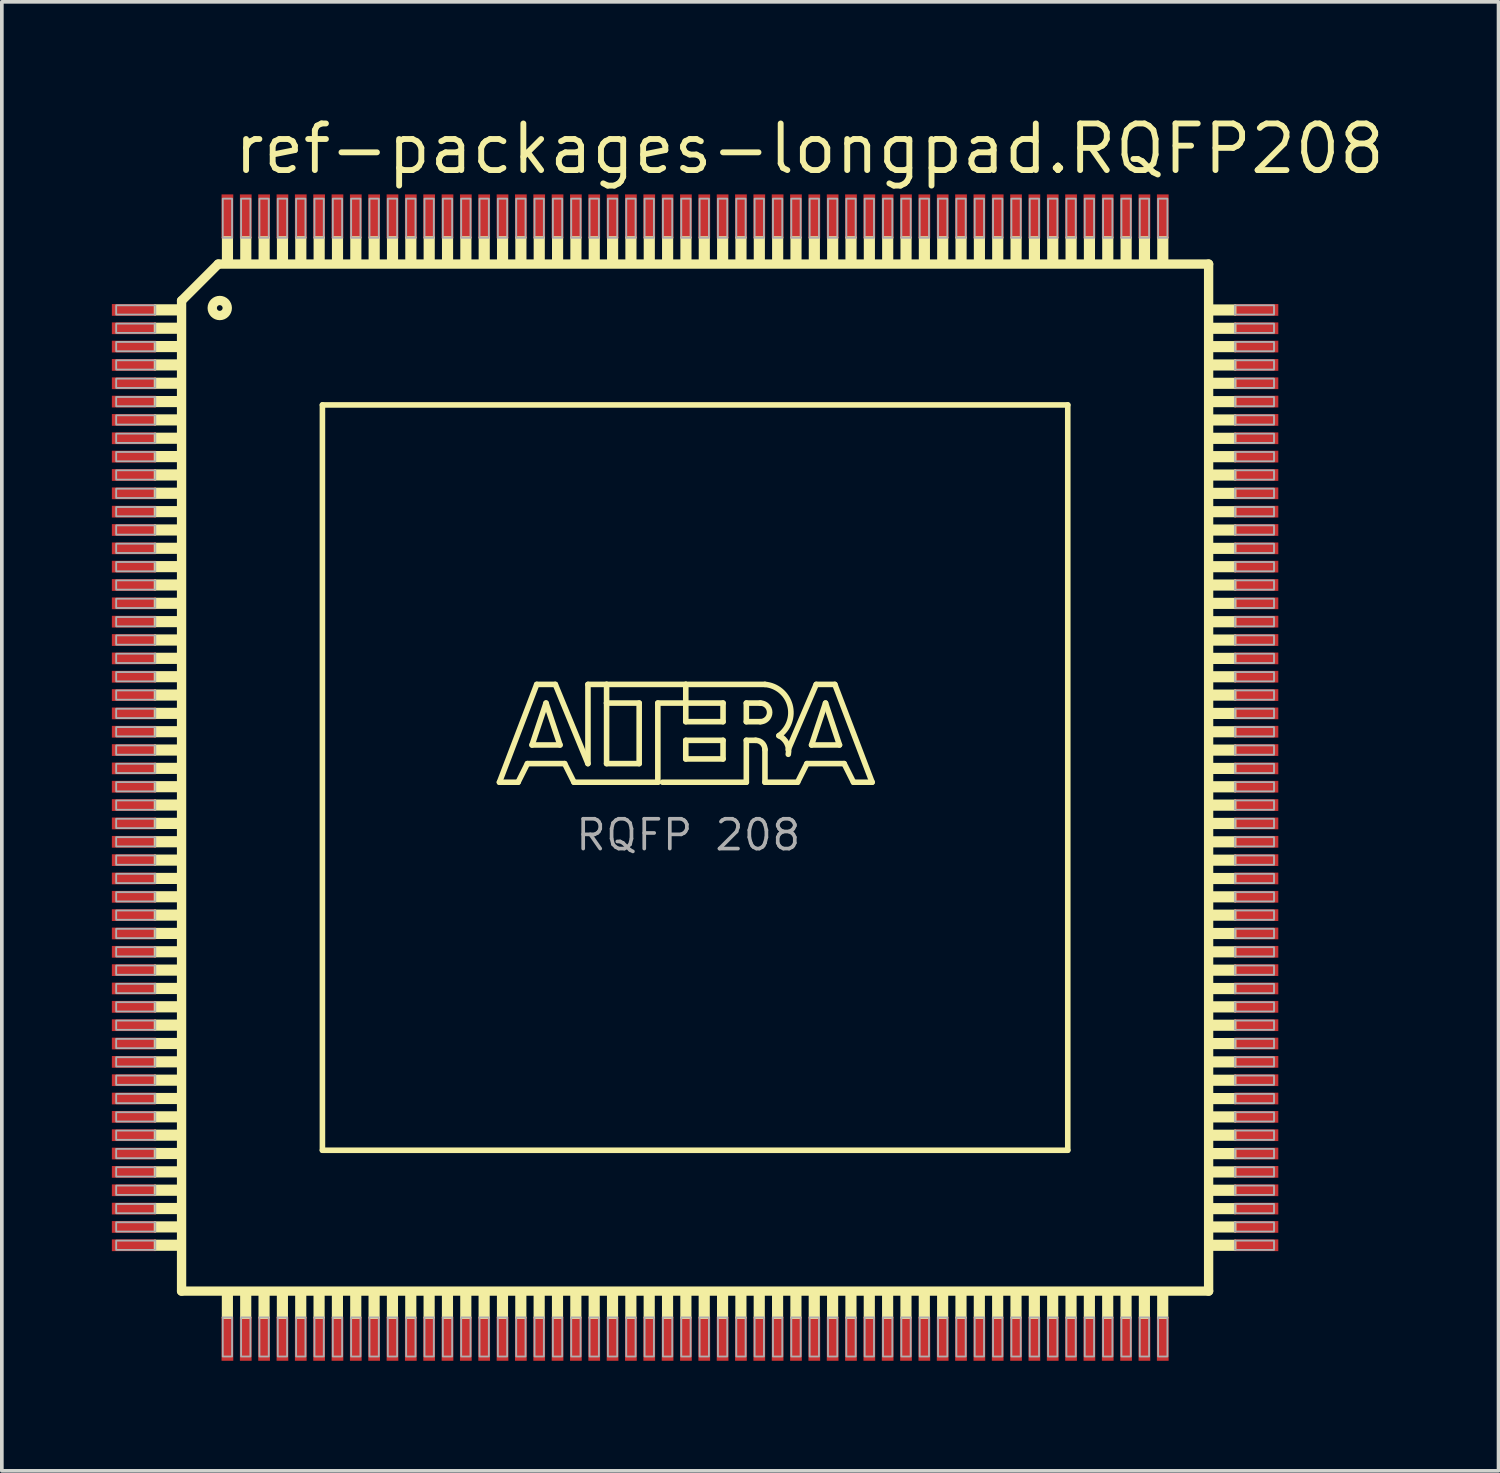
<source format=kicad_pcb>
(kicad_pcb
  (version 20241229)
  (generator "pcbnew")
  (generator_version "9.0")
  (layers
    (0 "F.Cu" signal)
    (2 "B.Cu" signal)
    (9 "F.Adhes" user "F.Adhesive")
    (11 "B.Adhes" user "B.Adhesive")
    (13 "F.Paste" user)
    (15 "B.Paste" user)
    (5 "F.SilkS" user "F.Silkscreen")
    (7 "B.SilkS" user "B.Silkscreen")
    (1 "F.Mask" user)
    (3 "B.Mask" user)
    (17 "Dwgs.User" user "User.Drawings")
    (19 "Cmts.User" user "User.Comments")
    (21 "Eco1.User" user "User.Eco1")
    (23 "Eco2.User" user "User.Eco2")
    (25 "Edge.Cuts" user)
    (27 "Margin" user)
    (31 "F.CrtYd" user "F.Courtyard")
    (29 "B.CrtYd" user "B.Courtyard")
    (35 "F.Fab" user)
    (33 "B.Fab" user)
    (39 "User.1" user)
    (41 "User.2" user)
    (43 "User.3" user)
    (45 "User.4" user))
  (footprint "ref-packages-longpad.RQFP208"
    (layer "F.Cu")
    (at 15.9 18.149)
    (property "Reference" "ref-packages-longpad.RQFP208" (at -12.649 -16.399 0) (layer "F.SilkS") (effects (font (size 1.27 1.27) (thickness 0.16)) (justify left bottom)))
    (attr smd)
    (fp_line (start -14 -13) (end -14 14) (stroke (width 0.254) (type default)) (layer "F.SilkS"))
    (fp_line (start -14 14) (end 14 14) (stroke (width 0.254) (type default)) (layer "F.SilkS"))
    (fp_line (start -13 -14) (end -14 -13) (stroke (width 0.254) (type default)) (layer "F.SilkS"))
    (fp_line (start -10.16 -10.16) (end 10.16 -10.16) (stroke (width 0.152) (type default)) (layer "F.SilkS"))
    (fp_line (start -10.16 10.16) (end -10.16 -10.16) (stroke (width 0.152) (type default)) (layer "F.SilkS"))
    (fp_line (start -5.334 0.127) (end -4.318 -2.54) (stroke (width 0.152) (type default)) (layer "F.SilkS"))
    (fp_line (start -4.826 0.127) (end -5.334 0.127) (stroke (width 0.152) (type default)) (layer "F.SilkS"))
    (fp_line (start -4.572 -0.381) (end -4.826 0.127) (stroke (width 0.152) (type default)) (layer "F.SilkS"))
    (fp_line (start -4.445 -0.889) (end -3.683 -0.889) (stroke (width 0.152) (type default)) (layer "F.SilkS"))
    (fp_line (start -4.318 -2.54) (end -3.81 -2.54) (stroke (width 0.152) (type default)) (layer "F.SilkS"))
    (fp_line (start -4.064 -2.032) (end -4.445 -0.889) (stroke (width 0.152) (type default)) (layer "F.SilkS"))
    (fp_line (start -3.81 -2.54) (end -2.921 -0.381) (stroke (width 0.152) (type default)) (layer "F.SilkS"))
    (fp_line (start -3.683 -0.889) (end -4.064 -2.032) (stroke (width 0.152) (type default)) (layer "F.SilkS"))
    (fp_line (start -3.556 -0.381) (end -4.572 -0.381) (stroke (width 0.152) (type default)) (layer "F.SilkS"))
    (fp_line (start -3.302 0.127) (end -3.556 -0.381) (stroke (width 0.152) (type default)) (layer "F.SilkS"))
    (fp_line (start -2.921 -2.54) (end -2.413 -2.54) (stroke (width 0.152) (type default)) (layer "F.SilkS"))
    (fp_line (start -2.921 -0.381) (end -2.921 -2.54) (stroke (width 0.152) (type default)) (layer "F.SilkS"))
    (fp_line (start -2.413 -2.54) (end -2.413 -2.032) (stroke (width 0.152) (type default)) (layer "F.SilkS"))
    (fp_line (start -2.413 -2.54) (end -0.254 -2.54) (stroke (width 0.152) (type default)) (layer "F.SilkS"))
    (fp_line (start -2.413 -2.032) (end -2.413 -0.381) (stroke (width 0.152) (type default)) (layer "F.SilkS"))
    (fp_line (start -2.413 -0.381) (end -1.524 -0.381) (stroke (width 0.152) (type default)) (layer "F.SilkS"))
    (fp_line (start -1.524 -2.032) (end -2.413 -2.032) (stroke (width 0.152) (type default)) (layer "F.SilkS"))
    (fp_line (start -1.524 -0.381) (end -1.524 -2.032) (stroke (width 0.152) (type default)) (layer "F.SilkS"))
    (fp_line (start -1.016 -2.032) (end -1.016 0.127) (stroke (width 0.152) (type default)) (layer "F.SilkS"))
    (fp_line (start -1.016 0.127) (end -3.302 0.127) (stroke (width 0.152) (type default)) (layer "F.SilkS"))
    (fp_line (start -0.254 -2.54) (end -0.254 -2.032) (stroke (width 0.152) (type default)) (layer "F.SilkS"))
    (fp_line (start -0.254 -2.54) (end 1.905 -2.54) (stroke (width 0.152) (type default)) (layer "F.SilkS"))
    (fp_line (start -0.254 -2.032) (end -1.016 -2.032) (stroke (width 0.152) (type default)) (layer "F.SilkS"))
    (fp_line (start -0.254 -2.032) (end -0.254 -1.524) (stroke (width 0.152) (type default)) (layer "F.SilkS"))
    (fp_line (start -0.254 -1.524) (end 0.762 -1.524) (stroke (width 0.152) (type default)) (layer "F.SilkS"))
    (fp_line (start -0.254 -1.016) (end 0.762 -1.016) (stroke (width 0.152) (type default)) (layer "F.SilkS"))
    (fp_line (start -0.254 -0.508) (end -0.254 -1.016) (stroke (width 0.152) (type default)) (layer "F.SilkS"))
    (fp_line (start 0.762 -2.032) (end -0.254 -2.032) (stroke (width 0.152) (type default)) (layer "F.SilkS"))
    (fp_line (start 0.762 -1.524) (end 0.762 -2.032) (stroke (width 0.152) (type default)) (layer "F.SilkS"))
    (fp_line (start 0.762 -1.016) (end 0.762 -0.508) (stroke (width 0.152) (type default)) (layer "F.SilkS"))
    (fp_line (start 0.762 -0.508) (end -0.254 -0.508) (stroke (width 0.152) (type default)) (layer "F.SilkS"))
    (fp_line (start 1.397 -2.032) (end 1.397 -1.524) (stroke (width 0.152) (type default)) (layer "F.SilkS"))
    (fp_line (start 1.397 -1.524) (end 1.778 -1.524) (stroke (width 0.152) (type default)) (layer "F.SilkS"))
    (fp_line (start 1.397 -1.016) (end 1.397 0.127) (stroke (width 0.152) (type default)) (layer "F.SilkS"))
    (fp_line (start 1.397 -1.016) (end 1.651 -1.016) (stroke (width 0.152) (type default)) (layer "F.SilkS"))
    (fp_line (start 1.397 0.127) (end -0.889 0.127) (stroke (width 0.152) (type default)) (layer "F.SilkS"))
    (fp_line (start 1.778 -2.032) (end 1.397 -2.032) (stroke (width 0.152) (type default)) (layer "F.SilkS"))
    (fp_line (start 1.905 -0.762) (end 1.905 0.127) (stroke (width 0.152) (type default)) (layer "F.SilkS"))
    (fp_line (start 1.905 0.127) (end 2.794 0.127) (stroke (width 0.152) (type default)) (layer "F.SilkS"))
    (fp_line (start 2.794 0.127) (end 3.048 -0.381) (stroke (width 0.152) (type default)) (layer "F.SilkS"))
    (fp_line (start 3.048 -0.381) (end 4.064 -0.381) (stroke (width 0.152) (type default)) (layer "F.SilkS"))
    (fp_line (start 3.175 -0.889) (end 3.556 -2.032) (stroke (width 0.152) (type default)) (layer "F.SilkS"))
    (fp_line (start 3.302 -2.54) (end 2.54 -0.762) (stroke (width 0.152) (type default)) (layer "F.SilkS"))
    (fp_line (start 3.556 -2.032) (end 3.937 -0.889) (stroke (width 0.152) (type default)) (layer "F.SilkS"))
    (fp_line (start 3.81 -2.54) (end 3.302 -2.54) (stroke (width 0.152) (type default)) (layer "F.SilkS"))
    (fp_line (start 3.937 -0.889) (end 3.175 -0.889) (stroke (width 0.152) (type default)) (layer "F.SilkS"))
    (fp_line (start 4.064 -0.381) (end 4.318 0.127) (stroke (width 0.152) (type default)) (layer "F.SilkS"))
    (fp_line (start 4.318 0.127) (end 4.826 0.127) (stroke (width 0.152) (type default)) (layer "F.SilkS"))
    (fp_line (start 4.826 0.127) (end 3.81 -2.54) (stroke (width 0.152) (type default)) (layer "F.SilkS"))
    (fp_line (start 10.16 -10.16) (end 10.16 10.16) (stroke (width 0.152) (type default)) (layer "F.SilkS"))
    (fp_line (start 10.16 10.16) (end -10.16 10.16) (stroke (width 0.152) (type default)) (layer "F.SilkS"))
    (fp_line (start 14 -14) (end -13 -14) (stroke (width 0.254) (type default)) (layer "F.SilkS"))
    (fp_line (start 14 14) (end 14 -14) (stroke (width 0.254) (type default)) (layer "F.SilkS"))
    (fp_rect (start -14.732 -12.624) (end -14.097 -12.878) (stroke (width 0.05) (type default)) (fill yes) (layer "F.SilkS"))
    (fp_rect (start -14.732 -12.124) (end -14.097 -12.378) (stroke (width 0.05) (type default)) (fill yes) (layer "F.SilkS"))
    (fp_rect (start -14.732 -11.624) (end -14.097 -11.878) (stroke (width 0.05) (type default)) (fill yes) (layer "F.SilkS"))
    (fp_rect (start -14.732 -11.124) (end -14.097 -11.378) (stroke (width 0.05) (type default)) (fill yes) (layer "F.SilkS"))
    (fp_rect (start -14.732 -10.624) (end -14.097 -10.878) (stroke (width 0.05) (type default)) (fill yes) (layer "F.SilkS"))
    (fp_rect (start -14.732 -10.124) (end -14.097 -10.378) (stroke (width 0.05) (type default)) (fill yes) (layer "F.SilkS"))
    (fp_rect (start -14.732 -9.624) (end -14.097 -9.878) (stroke (width 0.05) (type default)) (fill yes) (layer "F.SilkS"))
    (fp_rect (start -14.732 -9.124) (end -14.097 -9.378) (stroke (width 0.05) (type default)) (fill yes) (layer "F.SilkS"))
    (fp_rect (start -14.732 -8.624) (end -14.097 -8.878) (stroke (width 0.05) (type default)) (fill yes) (layer "F.SilkS"))
    (fp_rect (start -14.732 -8.124) (end -14.097 -8.378) (stroke (width 0.05) (type default)) (fill yes) (layer "F.SilkS"))
    (fp_rect (start -14.732 -7.624) (end -14.097 -7.878) (stroke (width 0.05) (type default)) (fill yes) (layer "F.SilkS"))
    (fp_rect (start -14.732 -7.124) (end -14.097 -7.378) (stroke (width 0.05) (type default)) (fill yes) (layer "F.SilkS"))
    (fp_rect (start -14.732 -6.624) (end -14.097 -6.878) (stroke (width 0.05) (type default)) (fill yes) (layer "F.SilkS"))
    (fp_rect (start -14.732 -6.124) (end -14.097 -6.378) (stroke (width 0.05) (type default)) (fill yes) (layer "F.SilkS"))
    (fp_rect (start -14.732 -5.624) (end -14.097 -5.878) (stroke (width 0.05) (type default)) (fill yes) (layer "F.SilkS"))
    (fp_rect (start -14.732 -5.124) (end -14.097 -5.378) (stroke (width 0.05) (type default)) (fill yes) (layer "F.SilkS"))
    (fp_rect (start -14.732 -4.624) (end -14.097 -4.878) (stroke (width 0.05) (type default)) (fill yes) (layer "F.SilkS"))
    (fp_rect (start -14.732 -4.124) (end -14.097 -4.378) (stroke (width 0.05) (type default)) (fill yes) (layer "F.SilkS"))
    (fp_rect (start -14.732 -3.624) (end -14.097 -3.878) (stroke (width 0.05) (type default)) (fill yes) (layer "F.SilkS"))
    (fp_rect (start -14.732 -3.124) (end -14.097 -3.378) (stroke (width 0.05) (type default)) (fill yes) (layer "F.SilkS"))
    (fp_rect (start -14.732 -2.624) (end -14.097 -2.878) (stroke (width 0.05) (type default)) (fill yes) (layer "F.SilkS"))
    (fp_rect (start -14.732 -2.124) (end -14.097 -2.378) (stroke (width 0.05) (type default)) (fill yes) (layer "F.SilkS"))
    (fp_rect (start -14.732 -1.624) (end -14.097 -1.878) (stroke (width 0.05) (type default)) (fill yes) (layer "F.SilkS"))
    (fp_rect (start -14.732 -1.124) (end -14.097 -1.378) (stroke (width 0.05) (type default)) (fill yes) (layer "F.SilkS"))
    (fp_rect (start -14.732 -0.624) (end -14.097 -0.878) (stroke (width 0.05) (type default)) (fill yes) (layer "F.SilkS"))
    (fp_rect (start -14.732 -0.124) (end -14.097 -0.378) (stroke (width 0.05) (type default)) (fill yes) (layer "F.SilkS"))
    (fp_rect (start -14.732 0.376) (end -14.097 0.122) (stroke (width 0.05) (type default)) (fill yes) (layer "F.SilkS"))
    (fp_rect (start -14.732 0.876) (end -14.097 0.622) (stroke (width 0.05) (type default)) (fill yes) (layer "F.SilkS"))
    (fp_rect (start -14.732 1.376) (end -14.097 1.122) (stroke (width 0.05) (type default)) (fill yes) (layer "F.SilkS"))
    (fp_rect (start -14.732 1.876) (end -14.097 1.622) (stroke (width 0.05) (type default)) (fill yes) (layer "F.SilkS"))
    (fp_rect (start -14.732 2.376) (end -14.097 2.122) (stroke (width 0.05) (type default)) (fill yes) (layer "F.SilkS"))
    (fp_rect (start -14.732 2.876) (end -14.097 2.622) (stroke (width 0.05) (type default)) (fill yes) (layer "F.SilkS"))
    (fp_rect (start -14.732 3.376) (end -14.097 3.122) (stroke (width 0.05) (type default)) (fill yes) (layer "F.SilkS"))
    (fp_rect (start -14.732 3.876) (end -14.097 3.622) (stroke (width 0.05) (type default)) (fill yes) (layer "F.SilkS"))
    (fp_rect (start -14.732 4.376) (end -14.097 4.122) (stroke (width 0.05) (type default)) (fill yes) (layer "F.SilkS"))
    (fp_rect (start -14.732 4.876) (end -14.097 4.622) (stroke (width 0.05) (type default)) (fill yes) (layer "F.SilkS"))
    (fp_rect (start -14.732 5.376) (end -14.097 5.122) (stroke (width 0.05) (type default)) (fill yes) (layer "F.SilkS"))
    (fp_rect (start -14.732 5.876) (end -14.097 5.622) (stroke (width 0.05) (type default)) (fill yes) (layer "F.SilkS"))
    (fp_rect (start -14.732 6.376) (end -14.097 6.122) (stroke (width 0.05) (type default)) (fill yes) (layer "F.SilkS"))
    (fp_rect (start -14.732 6.876) (end -14.097 6.622) (stroke (width 0.05) (type default)) (fill yes) (layer "F.SilkS"))
    (fp_rect (start -14.732 7.376) (end -14.097 7.122) (stroke (width 0.05) (type default)) (fill yes) (layer "F.SilkS"))
    (fp_rect (start -14.732 7.876) (end -14.097 7.622) (stroke (width 0.05) (type default)) (fill yes) (layer "F.SilkS"))
    (fp_rect (start -14.732 8.376) (end -14.097 8.122) (stroke (width 0.05) (type default)) (fill yes) (layer "F.SilkS"))
    (fp_rect (start -14.732 8.876) (end -14.097 8.622) (stroke (width 0.05) (type default)) (fill yes) (layer "F.SilkS"))
    (fp_rect (start -14.732 9.376) (end -14.097 9.122) (stroke (width 0.05) (type default)) (fill yes) (layer "F.SilkS"))
    (fp_rect (start -14.732 9.876) (end -14.097 9.622) (stroke (width 0.05) (type default)) (fill yes) (layer "F.SilkS"))
    (fp_rect (start -14.732 10.376) (end -14.097 10.122) (stroke (width 0.05) (type default)) (fill yes) (layer "F.SilkS"))
    (fp_rect (start -14.732 10.876) (end -14.097 10.622) (stroke (width 0.05) (type default)) (fill yes) (layer "F.SilkS"))
    (fp_rect (start -14.732 11.376) (end -14.097 11.122) (stroke (width 0.05) (type default)) (fill yes) (layer "F.SilkS"))
    (fp_rect (start -14.732 11.876) (end -14.097 11.622) (stroke (width 0.05) (type default)) (fill yes) (layer "F.SilkS"))
    (fp_rect (start -14.732 12.376) (end -14.097 12.122) (stroke (width 0.05) (type default)) (fill yes) (layer "F.SilkS"))
    (fp_rect (start -14.732 12.876) (end -14.097 12.622) (stroke (width 0.05) (type default)) (fill yes) (layer "F.SilkS"))
    (fp_rect (start -12.878 14.732) (end -12.624 14.097) (stroke (width 0.05) (type default)) (fill yes) (layer "F.SilkS"))
    (fp_rect (start -12.876 -14.097) (end -12.622 -14.732) (stroke (width 0.05) (type default)) (fill yes) (layer "F.SilkS"))
    (fp_rect (start -12.378 14.732) (end -12.124 14.097) (stroke (width 0.05) (type default)) (fill yes) (layer "F.SilkS"))
    (fp_rect (start -12.376 -14.097) (end -12.122 -14.732) (stroke (width 0.05) (type default)) (fill yes) (layer "F.SilkS"))
    (fp_rect (start -11.878 14.732) (end -11.624 14.097) (stroke (width 0.05) (type default)) (fill yes) (layer "F.SilkS"))
    (fp_rect (start -11.876 -14.097) (end -11.622 -14.732) (stroke (width 0.05) (type default)) (fill yes) (layer "F.SilkS"))
    (fp_rect (start -11.378 14.732) (end -11.124 14.097) (stroke (width 0.05) (type default)) (fill yes) (layer "F.SilkS"))
    (fp_rect (start -11.376 -14.097) (end -11.122 -14.732) (stroke (width 0.05) (type default)) (fill yes) (layer "F.SilkS"))
    (fp_rect (start -10.878 14.732) (end -10.624 14.097) (stroke (width 0.05) (type default)) (fill yes) (layer "F.SilkS"))
    (fp_rect (start -10.876 -14.097) (end -10.622 -14.732) (stroke (width 0.05) (type default)) (fill yes) (layer "F.SilkS"))
    (fp_rect (start -10.378 14.732) (end -10.124 14.097) (stroke (width 0.05) (type default)) (fill yes) (layer "F.SilkS"))
    (fp_rect (start -10.376 -14.097) (end -10.122 -14.732) (stroke (width 0.05) (type default)) (fill yes) (layer "F.SilkS"))
    (fp_rect (start -9.878 14.732) (end -9.624 14.097) (stroke (width 0.05) (type default)) (fill yes) (layer "F.SilkS"))
    (fp_rect (start -9.876 -14.097) (end -9.622 -14.732) (stroke (width 0.05) (type default)) (fill yes) (layer "F.SilkS"))
    (fp_rect (start -9.378 14.732) (end -9.124 14.097) (stroke (width 0.05) (type default)) (fill yes) (layer "F.SilkS"))
    (fp_rect (start -9.376 -14.097) (end -9.122 -14.732) (stroke (width 0.05) (type default)) (fill yes) (layer "F.SilkS"))
    (fp_rect (start -8.878 14.732) (end -8.624 14.097) (stroke (width 0.05) (type default)) (fill yes) (layer "F.SilkS"))
    (fp_rect (start -8.876 -14.097) (end -8.622 -14.732) (stroke (width 0.05) (type default)) (fill yes) (layer "F.SilkS"))
    (fp_rect (start -8.378 14.732) (end -8.124 14.097) (stroke (width 0.05) (type default)) (fill yes) (layer "F.SilkS"))
    (fp_rect (start -8.376 -14.097) (end -8.122 -14.732) (stroke (width 0.05) (type default)) (fill yes) (layer "F.SilkS"))
    (fp_rect (start -7.878 14.732) (end -7.624 14.097) (stroke (width 0.05) (type default)) (fill yes) (layer "F.SilkS"))
    (fp_rect (start -7.876 -14.097) (end -7.622 -14.732) (stroke (width 0.05) (type default)) (fill yes) (layer "F.SilkS"))
    (fp_rect (start -7.378 14.732) (end -7.124 14.097) (stroke (width 0.05) (type default)) (fill yes) (layer "F.SilkS"))
    (fp_rect (start -7.376 -14.097) (end -7.122 -14.732) (stroke (width 0.05) (type default)) (fill yes) (layer "F.SilkS"))
    (fp_rect (start -6.878 14.732) (end -6.624 14.097) (stroke (width 0.05) (type default)) (fill yes) (layer "F.SilkS"))
    (fp_rect (start -6.876 -14.097) (end -6.622 -14.732) (stroke (width 0.05) (type default)) (fill yes) (layer "F.SilkS"))
    (fp_rect (start -6.378 14.732) (end -6.124 14.097) (stroke (width 0.05) (type default)) (fill yes) (layer "F.SilkS"))
    (fp_rect (start -6.376 -14.097) (end -6.122 -14.732) (stroke (width 0.05) (type default)) (fill yes) (layer "F.SilkS"))
    (fp_rect (start -5.878 14.732) (end -5.624 14.097) (stroke (width 0.05) (type default)) (fill yes) (layer "F.SilkS"))
    (fp_rect (start -5.876 -14.097) (end -5.622 -14.732) (stroke (width 0.05) (type default)) (fill yes) (layer "F.SilkS"))
    (fp_rect (start -5.378 14.732) (end -5.124 14.097) (stroke (width 0.05) (type default)) (fill yes) (layer "F.SilkS"))
    (fp_rect (start -5.376 -14.097) (end -5.122 -14.732) (stroke (width 0.05) (type default)) (fill yes) (layer "F.SilkS"))
    (fp_rect (start -4.878 14.732) (end -4.624 14.097) (stroke (width 0.05) (type default)) (fill yes) (layer "F.SilkS"))
    (fp_rect (start -4.876 -14.097) (end -4.622 -14.732) (stroke (width 0.05) (type default)) (fill yes) (layer "F.SilkS"))
    (fp_rect (start -4.378 14.732) (end -4.124 14.097) (stroke (width 0.05) (type default)) (fill yes) (layer "F.SilkS"))
    (fp_rect (start -4.376 -14.097) (end -4.122 -14.732) (stroke (width 0.05) (type default)) (fill yes) (layer "F.SilkS"))
    (fp_rect (start -3.878 14.732) (end -3.624 14.097) (stroke (width 0.05) (type default)) (fill yes) (layer "F.SilkS"))
    (fp_rect (start -3.876 -14.097) (end -3.622 -14.732) (stroke (width 0.05) (type default)) (fill yes) (layer "F.SilkS"))
    (fp_rect (start -3.378 14.732) (end -3.124 14.097) (stroke (width 0.05) (type default)) (fill yes) (layer "F.SilkS"))
    (fp_rect (start -3.376 -14.097) (end -3.122 -14.732) (stroke (width 0.05) (type default)) (fill yes) (layer "F.SilkS"))
    (fp_rect (start -2.878 14.732) (end -2.624 14.097) (stroke (width 0.05) (type default)) (fill yes) (layer "F.SilkS"))
    (fp_rect (start -2.876 -14.097) (end -2.622 -14.732) (stroke (width 0.05) (type default)) (fill yes) (layer "F.SilkS"))
    (fp_rect (start -2.378 14.732) (end -2.124 14.097) (stroke (width 0.05) (type default)) (fill yes) (layer "F.SilkS"))
    (fp_rect (start -2.376 -14.097) (end -2.122 -14.732) (stroke (width 0.05) (type default)) (fill yes) (layer "F.SilkS"))
    (fp_rect (start -1.878 14.732) (end -1.624 14.097) (stroke (width 0.05) (type default)) (fill yes) (layer "F.SilkS"))
    (fp_rect (start -1.876 -14.097) (end -1.622 -14.732) (stroke (width 0.05) (type default)) (fill yes) (layer "F.SilkS"))
    (fp_rect (start -1.378 14.732) (end -1.124 14.097) (stroke (width 0.05) (type default)) (fill yes) (layer "F.SilkS"))
    (fp_rect (start -1.376 -14.097) (end -1.122 -14.732) (stroke (width 0.05) (type default)) (fill yes) (layer "F.SilkS"))
    (fp_rect (start -0.878 14.732) (end -0.624 14.097) (stroke (width 0.05) (type default)) (fill yes) (layer "F.SilkS"))
    (fp_rect (start -0.876 -14.097) (end -0.622 -14.732) (stroke (width 0.05) (type default)) (fill yes) (layer "F.SilkS"))
    (fp_rect (start -0.378 14.732) (end -0.124 14.097) (stroke (width 0.05) (type default)) (fill yes) (layer "F.SilkS"))
    (fp_rect (start -0.376 -14.097) (end -0.122 -14.732) (stroke (width 0.05) (type default)) (fill yes) (layer "F.SilkS"))
    (fp_rect (start 0.122 14.732) (end 0.376 14.097) (stroke (width 0.05) (type default)) (fill yes) (layer "F.SilkS"))
    (fp_rect (start 0.124 -14.097) (end 0.378 -14.732) (stroke (width 0.05) (type default)) (fill yes) (layer "F.SilkS"))
    (fp_rect (start 0.622 14.732) (end 0.876 14.097) (stroke (width 0.05) (type default)) (fill yes) (layer "F.SilkS"))
    (fp_rect (start 0.624 -14.097) (end 0.878 -14.732) (stroke (width 0.05) (type default)) (fill yes) (layer "F.SilkS"))
    (fp_rect (start 1.122 14.732) (end 1.376 14.097) (stroke (width 0.05) (type default)) (fill yes) (layer "F.SilkS"))
    (fp_rect (start 1.124 -14.097) (end 1.378 -14.732) (stroke (width 0.05) (type default)) (fill yes) (layer "F.SilkS"))
    (fp_rect (start 1.622 14.732) (end 1.876 14.097) (stroke (width 0.05) (type default)) (fill yes) (layer "F.SilkS"))
    (fp_rect (start 1.624 -14.097) (end 1.878 -14.732) (stroke (width 0.05) (type default)) (fill yes) (layer "F.SilkS"))
    (fp_rect (start 2.122 14.732) (end 2.376 14.097) (stroke (width 0.05) (type default)) (fill yes) (layer "F.SilkS"))
    (fp_rect (start 2.124 -14.097) (end 2.378 -14.732) (stroke (width 0.05) (type default)) (fill yes) (layer "F.SilkS"))
    (fp_rect (start 2.622 14.732) (end 2.876 14.097) (stroke (width 0.05) (type default)) (fill yes) (layer "F.SilkS"))
    (fp_rect (start 2.624 -14.097) (end 2.878 -14.732) (stroke (width 0.05) (type default)) (fill yes) (layer "F.SilkS"))
    (fp_rect (start 3.122 14.732) (end 3.376 14.097) (stroke (width 0.05) (type default)) (fill yes) (layer "F.SilkS"))
    (fp_rect (start 3.124 -14.097) (end 3.378 -14.732) (stroke (width 0.05) (type default)) (fill yes) (layer "F.SilkS"))
    (fp_rect (start 3.622 14.732) (end 3.876 14.097) (stroke (width 0.05) (type default)) (fill yes) (layer "F.SilkS"))
    (fp_rect (start 3.624 -14.097) (end 3.878 -14.732) (stroke (width 0.05) (type default)) (fill yes) (layer "F.SilkS"))
    (fp_rect (start 4.122 14.732) (end 4.376 14.097) (stroke (width 0.05) (type default)) (fill yes) (layer "F.SilkS"))
    (fp_rect (start 4.124 -14.097) (end 4.378 -14.732) (stroke (width 0.05) (type default)) (fill yes) (layer "F.SilkS"))
    (fp_rect (start 4.622 14.732) (end 4.876 14.097) (stroke (width 0.05) (type default)) (fill yes) (layer "F.SilkS"))
    (fp_rect (start 4.624 -14.097) (end 4.878 -14.732) (stroke (width 0.05) (type default)) (fill yes) (layer "F.SilkS"))
    (fp_rect (start 5.122 14.732) (end 5.376 14.097) (stroke (width 0.05) (type default)) (fill yes) (layer "F.SilkS"))
    (fp_rect (start 5.124 -14.097) (end 5.378 -14.732) (stroke (width 0.05) (type default)) (fill yes) (layer "F.SilkS"))
    (fp_rect (start 5.622 14.732) (end 5.876 14.097) (stroke (width 0.05) (type default)) (fill yes) (layer "F.SilkS"))
    (fp_rect (start 5.624 -14.097) (end 5.878 -14.732) (stroke (width 0.05) (type default)) (fill yes) (layer "F.SilkS"))
    (fp_rect (start 6.122 14.732) (end 6.376 14.097) (stroke (width 0.05) (type default)) (fill yes) (layer "F.SilkS"))
    (fp_rect (start 6.124 -14.097) (end 6.378 -14.732) (stroke (width 0.05) (type default)) (fill yes) (layer "F.SilkS"))
    (fp_rect (start 6.622 14.732) (end 6.876 14.097) (stroke (width 0.05) (type default)) (fill yes) (layer "F.SilkS"))
    (fp_rect (start 6.624 -14.097) (end 6.878 -14.732) (stroke (width 0.05) (type default)) (fill yes) (layer "F.SilkS"))
    (fp_rect (start 7.122 14.732) (end 7.376 14.097) (stroke (width 0.05) (type default)) (fill yes) (layer "F.SilkS"))
    (fp_rect (start 7.124 -14.097) (end 7.378 -14.732) (stroke (width 0.05) (type default)) (fill yes) (layer "F.SilkS"))
    (fp_rect (start 7.622 14.732) (end 7.876 14.097) (stroke (width 0.05) (type default)) (fill yes) (layer "F.SilkS"))
    (fp_rect (start 7.624 -14.097) (end 7.878 -14.732) (stroke (width 0.05) (type default)) (fill yes) (layer "F.SilkS"))
    (fp_rect (start 8.122 14.732) (end 8.376 14.097) (stroke (width 0.05) (type default)) (fill yes) (layer "F.SilkS"))
    (fp_rect (start 8.124 -14.097) (end 8.378 -14.732) (stroke (width 0.05) (type default)) (fill yes) (layer "F.SilkS"))
    (fp_rect (start 8.622 14.732) (end 8.876 14.097) (stroke (width 0.05) (type default)) (fill yes) (layer "F.SilkS"))
    (fp_rect (start 8.624 -14.097) (end 8.878 -14.732) (stroke (width 0.05) (type default)) (fill yes) (layer "F.SilkS"))
    (fp_rect (start 9.122 14.732) (end 9.376 14.097) (stroke (width 0.05) (type default)) (fill yes) (layer "F.SilkS"))
    (fp_rect (start 9.124 -14.097) (end 9.378 -14.732) (stroke (width 0.05) (type default)) (fill yes) (layer "F.SilkS"))
    (fp_rect (start 9.622 14.732) (end 9.876 14.097) (stroke (width 0.05) (type default)) (fill yes) (layer "F.SilkS"))
    (fp_rect (start 9.624 -14.097) (end 9.878 -14.732) (stroke (width 0.05) (type default)) (fill yes) (layer "F.SilkS"))
    (fp_rect (start 10.122 14.732) (end 10.376 14.097) (stroke (width 0.05) (type default)) (fill yes) (layer "F.SilkS"))
    (fp_rect (start 10.124 -14.097) (end 10.378 -14.732) (stroke (width 0.05) (type default)) (fill yes) (layer "F.SilkS"))
    (fp_rect (start 10.622 14.732) (end 10.876 14.097) (stroke (width 0.05) (type default)) (fill yes) (layer "F.SilkS"))
    (fp_rect (start 10.624 -14.097) (end 10.878 -14.732) (stroke (width 0.05) (type default)) (fill yes) (layer "F.SilkS"))
    (fp_rect (start 11.122 14.732) (end 11.376 14.097) (stroke (width 0.05) (type default)) (fill yes) (layer "F.SilkS"))
    (fp_rect (start 11.124 -14.097) (end 11.378 -14.732) (stroke (width 0.05) (type default)) (fill yes) (layer "F.SilkS"))
    (fp_rect (start 11.622 14.732) (end 11.876 14.097) (stroke (width 0.05) (type default)) (fill yes) (layer "F.SilkS"))
    (fp_rect (start 11.624 -14.097) (end 11.878 -14.732) (stroke (width 0.05) (type default)) (fill yes) (layer "F.SilkS"))
    (fp_rect (start 12.122 14.732) (end 12.376 14.097) (stroke (width 0.05) (type default)) (fill yes) (layer "F.SilkS"))
    (fp_rect (start 12.124 -14.097) (end 12.378 -14.732) (stroke (width 0.05) (type default)) (fill yes) (layer "F.SilkS"))
    (fp_rect (start 12.622 14.732) (end 12.876 14.097) (stroke (width 0.05) (type default)) (fill yes) (layer "F.SilkS"))
    (fp_rect (start 12.624 -14.097) (end 12.878 -14.732) (stroke (width 0.05) (type default)) (fill yes) (layer "F.SilkS"))
    (fp_rect (start 14.097 -12.622) (end 14.732 -12.876) (stroke (width 0.05) (type default)) (fill yes) (layer "F.SilkS"))
    (fp_rect (start 14.097 -12.122) (end 14.732 -12.376) (stroke (width 0.05) (type default)) (fill yes) (layer "F.SilkS"))
    (fp_rect (start 14.097 -11.622) (end 14.732 -11.876) (stroke (width 0.05) (type default)) (fill yes) (layer "F.SilkS"))
    (fp_rect (start 14.097 -11.122) (end 14.732 -11.376) (stroke (width 0.05) (type default)) (fill yes) (layer "F.SilkS"))
    (fp_rect (start 14.097 -10.622) (end 14.732 -10.876) (stroke (width 0.05) (type default)) (fill yes) (layer "F.SilkS"))
    (fp_rect (start 14.097 -10.122) (end 14.732 -10.376) (stroke (width 0.05) (type default)) (fill yes) (layer "F.SilkS"))
    (fp_rect (start 14.097 -9.622) (end 14.732 -9.876) (stroke (width 0.05) (type default)) (fill yes) (layer "F.SilkS"))
    (fp_rect (start 14.097 -9.122) (end 14.732 -9.376) (stroke (width 0.05) (type default)) (fill yes) (layer "F.SilkS"))
    (fp_rect (start 14.097 -8.622) (end 14.732 -8.876) (stroke (width 0.05) (type default)) (fill yes) (layer "F.SilkS"))
    (fp_rect (start 14.097 -8.122) (end 14.732 -8.376) (stroke (width 0.05) (type default)) (fill yes) (layer "F.SilkS"))
    (fp_rect (start 14.097 -7.622) (end 14.732 -7.876) (stroke (width 0.05) (type default)) (fill yes) (layer "F.SilkS"))
    (fp_rect (start 14.097 -7.122) (end 14.732 -7.376) (stroke (width 0.05) (type default)) (fill yes) (layer "F.SilkS"))
    (fp_rect (start 14.097 -6.622) (end 14.732 -6.876) (stroke (width 0.05) (type default)) (fill yes) (layer "F.SilkS"))
    (fp_rect (start 14.097 -6.122) (end 14.732 -6.376) (stroke (width 0.05) (type default)) (fill yes) (layer "F.SilkS"))
    (fp_rect (start 14.097 -5.622) (end 14.732 -5.876) (stroke (width 0.05) (type default)) (fill yes) (layer "F.SilkS"))
    (fp_rect (start 14.097 -5.122) (end 14.732 -5.376) (stroke (width 0.05) (type default)) (fill yes) (layer "F.SilkS"))
    (fp_rect (start 14.097 -4.622) (end 14.732 -4.876) (stroke (width 0.05) (type default)) (fill yes) (layer "F.SilkS"))
    (fp_rect (start 14.097 -4.122) (end 14.732 -4.376) (stroke (width 0.05) (type default)) (fill yes) (layer "F.SilkS"))
    (fp_rect (start 14.097 -3.622) (end 14.732 -3.876) (stroke (width 0.05) (type default)) (fill yes) (layer "F.SilkS"))
    (fp_rect (start 14.097 -3.122) (end 14.732 -3.376) (stroke (width 0.05) (type default)) (fill yes) (layer "F.SilkS"))
    (fp_rect (start 14.097 -2.622) (end 14.732 -2.876) (stroke (width 0.05) (type default)) (fill yes) (layer "F.SilkS"))
    (fp_rect (start 14.097 -2.122) (end 14.732 -2.376) (stroke (width 0.05) (type default)) (fill yes) (layer "F.SilkS"))
    (fp_rect (start 14.097 -1.622) (end 14.732 -1.876) (stroke (width 0.05) (type default)) (fill yes) (layer "F.SilkS"))
    (fp_rect (start 14.097 -1.122) (end 14.732 -1.376) (stroke (width 0.05) (type default)) (fill yes) (layer "F.SilkS"))
    (fp_rect (start 14.097 -0.622) (end 14.732 -0.876) (stroke (width 0.05) (type default)) (fill yes) (layer "F.SilkS"))
    (fp_rect (start 14.097 -0.122) (end 14.732 -0.376) (stroke (width 0.05) (type default)) (fill yes) (layer "F.SilkS"))
    (fp_rect (start 14.097 0.378) (end 14.732 0.124) (stroke (width 0.05) (type default)) (fill yes) (layer "F.SilkS"))
    (fp_rect (start 14.097 0.878) (end 14.732 0.624) (stroke (width 0.05) (type default)) (fill yes) (layer "F.SilkS"))
    (fp_rect (start 14.097 1.378) (end 14.732 1.124) (stroke (width 0.05) (type default)) (fill yes) (layer "F.SilkS"))
    (fp_rect (start 14.097 1.878) (end 14.732 1.624) (stroke (width 0.05) (type default)) (fill yes) (layer "F.SilkS"))
    (fp_rect (start 14.097 2.378) (end 14.732 2.124) (stroke (width 0.05) (type default)) (fill yes) (layer "F.SilkS"))
    (fp_rect (start 14.097 2.878) (end 14.732 2.624) (stroke (width 0.05) (type default)) (fill yes) (layer "F.SilkS"))
    (fp_rect (start 14.097 3.378) (end 14.732 3.124) (stroke (width 0.05) (type default)) (fill yes) (layer "F.SilkS"))
    (fp_rect (start 14.097 3.878) (end 14.732 3.624) (stroke (width 0.05) (type default)) (fill yes) (layer "F.SilkS"))
    (fp_rect (start 14.097 4.378) (end 14.732 4.124) (stroke (width 0.05) (type default)) (fill yes) (layer "F.SilkS"))
    (fp_rect (start 14.097 4.878) (end 14.732 4.624) (stroke (width 0.05) (type default)) (fill yes) (layer "F.SilkS"))
    (fp_rect (start 14.097 5.378) (end 14.732 5.124) (stroke (width 0.05) (type default)) (fill yes) (layer "F.SilkS"))
    (fp_rect (start 14.097 5.878) (end 14.732 5.624) (stroke (width 0.05) (type default)) (fill yes) (layer "F.SilkS"))
    (fp_rect (start 14.097 6.378) (end 14.732 6.124) (stroke (width 0.05) (type default)) (fill yes) (layer "F.SilkS"))
    (fp_rect (start 14.097 6.878) (end 14.732 6.624) (stroke (width 0.05) (type default)) (fill yes) (layer "F.SilkS"))
    (fp_rect (start 14.097 7.378) (end 14.732 7.124) (stroke (width 0.05) (type default)) (fill yes) (layer "F.SilkS"))
    (fp_rect (start 14.097 7.878) (end 14.732 7.624) (stroke (width 0.05) (type default)) (fill yes) (layer "F.SilkS"))
    (fp_rect (start 14.097 8.378) (end 14.732 8.124) (stroke (width 0.05) (type default)) (fill yes) (layer "F.SilkS"))
    (fp_rect (start 14.097 8.878) (end 14.732 8.624) (stroke (width 0.05) (type default)) (fill yes) (layer "F.SilkS"))
    (fp_rect (start 14.097 9.378) (end 14.732 9.124) (stroke (width 0.05) (type default)) (fill yes) (layer "F.SilkS"))
    (fp_rect (start 14.097 9.878) (end 14.732 9.624) (stroke (width 0.05) (type default)) (fill yes) (layer "F.SilkS"))
    (fp_rect (start 14.097 10.378) (end 14.732 10.124) (stroke (width 0.05) (type default)) (fill yes) (layer "F.SilkS"))
    (fp_rect (start 14.097 10.878) (end 14.732 10.624) (stroke (width 0.05) (type default)) (fill yes) (layer "F.SilkS"))
    (fp_rect (start 14.097 11.378) (end 14.732 11.124) (stroke (width 0.05) (type default)) (fill yes) (layer "F.SilkS"))
    (fp_rect (start 14.097 11.878) (end 14.732 11.624) (stroke (width 0.05) (type default)) (fill yes) (layer "F.SilkS"))
    (fp_rect (start 14.097 12.378) (end 14.732 12.124) (stroke (width 0.05) (type default)) (fill yes) (layer "F.SilkS"))
    (fp_rect (start 14.097 12.878) (end 14.732 12.624) (stroke (width 0.05) (type default)) (fill yes) (layer "F.SilkS"))
    (fp_arc (start 1.651 -1.016) (mid 1.830605 -0.941605) (end 1.905 -0.762) (stroke (width 0.1524) (type default)) (layer "F.SilkS"))
    (fp_arc (start 1.778 -2.032) (mid 2.032 -1.778) (end 1.778 -1.524) (stroke (width 0.1524) (type default)) (layer "F.SilkS"))
    (fp_arc (start 1.905 -2.54) (mid 2.585094 -1.97463) (end 2.2861 -1.1423) (stroke (width 0.1524) (type default)) (layer "F.SilkS"))
    (fp_arc (start 2.286 -1.143) (mid 2.502216 -0.933585) (end 2.5403 -0.635) (stroke (width 0.1524) (type default)) (layer "F.SilkS"))
    (fp_circle (center -12.959 -12.802) (end -12.754 -12.802) (stroke (width 0.254) (type default)) (fill no) (layer "F.SilkS"))
    (fp_rect (start -15.783 -12.623) (end -14.716 -12.877) (stroke (width 0.05) (type default)) (fill no) (layer "F.Fab"))
    (fp_rect (start -15.783 -12.123) (end -14.716 -12.377) (stroke (width 0.05) (type default)) (fill no) (layer "F.Fab"))
    (fp_rect (start -15.783 -11.623) (end -14.716 -11.877) (stroke (width 0.05) (type default)) (fill no) (layer "F.Fab"))
    (fp_rect (start -15.783 -11.123) (end -14.716 -11.377) (stroke (width 0.05) (type default)) (fill no) (layer "F.Fab"))
    (fp_rect (start -15.783 -10.623) (end -14.716 -10.877) (stroke (width 0.05) (type default)) (fill no) (layer "F.Fab"))
    (fp_rect (start -15.783 -10.123) (end -14.716 -10.377) (stroke (width 0.05) (type default)) (fill no) (layer "F.Fab"))
    (fp_rect (start -15.783 -9.623) (end -14.716 -9.877) (stroke (width 0.05) (type default)) (fill no) (layer "F.Fab"))
    (fp_rect (start -15.783 -9.123) (end -14.716 -9.377) (stroke (width 0.05) (type default)) (fill no) (layer "F.Fab"))
    (fp_rect (start -15.783 -8.623) (end -14.716 -8.877) (stroke (width 0.05) (type default)) (fill no) (layer "F.Fab"))
    (fp_rect (start -15.783 -8.123) (end -14.716 -8.377) (stroke (width 0.05) (type default)) (fill no) (layer "F.Fab"))
    (fp_rect (start -15.783 -7.623) (end -14.716 -7.877) (stroke (width 0.05) (type default)) (fill no) (layer "F.Fab"))
    (fp_rect (start -15.783 -7.123) (end -14.716 -7.377) (stroke (width 0.05) (type default)) (fill no) (layer "F.Fab"))
    (fp_rect (start -15.783 -6.623) (end -14.716 -6.877) (stroke (width 0.05) (type default)) (fill no) (layer "F.Fab"))
    (fp_rect (start -15.783 -6.123) (end -14.716 -6.377) (stroke (width 0.05) (type default)) (fill no) (layer "F.Fab"))
    (fp_rect (start -15.783 -5.623) (end -14.716 -5.877) (stroke (width 0.05) (type default)) (fill no) (layer "F.Fab"))
    (fp_rect (start -15.783 -5.123) (end -14.716 -5.377) (stroke (width 0.05) (type default)) (fill no) (layer "F.Fab"))
    (fp_rect (start -15.783 -4.623) (end -14.716 -4.877) (stroke (width 0.05) (type default)) (fill no) (layer "F.Fab"))
    (fp_rect (start -15.783 -4.123) (end -14.716 -4.377) (stroke (width 0.05) (type default)) (fill no) (layer "F.Fab"))
    (fp_rect (start -15.783 -3.623) (end -14.716 -3.877) (stroke (width 0.05) (type default)) (fill no) (layer "F.Fab"))
    (fp_rect (start -15.783 -3.123) (end -14.716 -3.377) (stroke (width 0.05) (type default)) (fill no) (layer "F.Fab"))
    (fp_rect (start -15.783 -2.623) (end -14.716 -2.877) (stroke (width 0.05) (type default)) (fill no) (layer "F.Fab"))
    (fp_rect (start -15.783 -2.123) (end -14.716 -2.377) (stroke (width 0.05) (type default)) (fill no) (layer "F.Fab"))
    (fp_rect (start -15.783 -1.623) (end -14.716 -1.877) (stroke (width 0.05) (type default)) (fill no) (layer "F.Fab"))
    (fp_rect (start -15.783 -1.123) (end -14.716 -1.377) (stroke (width 0.05) (type default)) (fill no) (layer "F.Fab"))
    (fp_rect (start -15.783 -0.623) (end -14.716 -0.877) (stroke (width 0.05) (type default)) (fill no) (layer "F.Fab"))
    (fp_rect (start -15.783 -0.123) (end -14.716 -0.377) (stroke (width 0.05) (type default)) (fill no) (layer "F.Fab"))
    (fp_rect (start -15.783 0.377) (end -14.716 0.123) (stroke (width 0.05) (type default)) (fill no) (layer "F.Fab"))
    (fp_rect (start -15.783 0.877) (end -14.716 0.623) (stroke (width 0.05) (type default)) (fill no) (layer "F.Fab"))
    (fp_rect (start -15.783 1.377) (end -14.716 1.123) (stroke (width 0.05) (type default)) (fill no) (layer "F.Fab"))
    (fp_rect (start -15.783 1.877) (end -14.716 1.623) (stroke (width 0.05) (type default)) (fill no) (layer "F.Fab"))
    (fp_rect (start -15.783 2.377) (end -14.716 2.123) (stroke (width 0.05) (type default)) (fill no) (layer "F.Fab"))
    (fp_rect (start -15.783 2.877) (end -14.716 2.623) (stroke (width 0.05) (type default)) (fill no) (layer "F.Fab"))
    (fp_rect (start -15.783 3.377) (end -14.716 3.123) (stroke (width 0.05) (type default)) (fill no) (layer "F.Fab"))
    (fp_rect (start -15.783 3.877) (end -14.716 3.623) (stroke (width 0.05) (type default)) (fill no) (layer "F.Fab"))
    (fp_rect (start -15.783 4.377) (end -14.716 4.123) (stroke (width 0.05) (type default)) (fill no) (layer "F.Fab"))
    (fp_rect (start -15.783 4.877) (end -14.716 4.623) (stroke (width 0.05) (type default)) (fill no) (layer "F.Fab"))
    (fp_rect (start -15.783 5.377) (end -14.716 5.123) (stroke (width 0.05) (type default)) (fill no) (layer "F.Fab"))
    (fp_rect (start -15.783 5.877) (end -14.716 5.623) (stroke (width 0.05) (type default)) (fill no) (layer "F.Fab"))
    (fp_rect (start -15.783 6.377) (end -14.716 6.123) (stroke (width 0.05) (type default)) (fill no) (layer "F.Fab"))
    (fp_rect (start -15.783 6.877) (end -14.716 6.623) (stroke (width 0.05) (type default)) (fill no) (layer "F.Fab"))
    (fp_rect (start -15.783 7.377) (end -14.716 7.123) (stroke (width 0.05) (type default)) (fill no) (layer "F.Fab"))
    (fp_rect (start -15.783 7.877) (end -14.716 7.623) (stroke (width 0.05) (type default)) (fill no) (layer "F.Fab"))
    (fp_rect (start -15.783 8.377) (end -14.716 8.123) (stroke (width 0.05) (type default)) (fill no) (layer "F.Fab"))
    (fp_rect (start -15.783 8.877) (end -14.716 8.623) (stroke (width 0.05) (type default)) (fill no) (layer "F.Fab"))
    (fp_rect (start -15.783 9.377) (end -14.716 9.123) (stroke (width 0.05) (type default)) (fill no) (layer "F.Fab"))
    (fp_rect (start -15.783 9.877) (end -14.716 9.623) (stroke (width 0.05) (type default)) (fill no) (layer "F.Fab"))
    (fp_rect (start -15.783 10.377) (end -14.716 10.123) (stroke (width 0.05) (type default)) (fill no) (layer "F.Fab"))
    (fp_rect (start -15.783 10.877) (end -14.716 10.623) (stroke (width 0.05) (type default)) (fill no) (layer "F.Fab"))
    (fp_rect (start -15.783 11.377) (end -14.716 11.123) (stroke (width 0.05) (type default)) (fill no) (layer "F.Fab"))
    (fp_rect (start -15.783 11.877) (end -14.716 11.623) (stroke (width 0.05) (type default)) (fill no) (layer "F.Fab"))
    (fp_rect (start -15.783 12.377) (end -14.716 12.123) (stroke (width 0.05) (type default)) (fill no) (layer "F.Fab"))
    (fp_rect (start -15.783 12.877) (end -14.716 12.623) (stroke (width 0.05) (type default)) (fill no) (layer "F.Fab"))
    (fp_rect (start -12.877 -14.716) (end -12.623 -15.783) (stroke (width 0.05) (type default)) (fill no) (layer "F.Fab"))
    (fp_rect (start -12.877 15.783) (end -12.623 14.716) (stroke (width 0.05) (type default)) (fill no) (layer "F.Fab"))
    (fp_rect (start -12.377 -14.716) (end -12.123 -15.783) (stroke (width 0.05) (type default)) (fill no) (layer "F.Fab"))
    (fp_rect (start -12.377 15.783) (end -12.123 14.716) (stroke (width 0.05) (type default)) (fill no) (layer "F.Fab"))
    (fp_rect (start -11.877 -14.716) (end -11.623 -15.783) (stroke (width 0.05) (type default)) (fill no) (layer "F.Fab"))
    (fp_rect (start -11.877 15.783) (end -11.623 14.716) (stroke (width 0.05) (type default)) (fill no) (layer "F.Fab"))
    (fp_rect (start -11.377 -14.716) (end -11.123 -15.783) (stroke (width 0.05) (type default)) (fill no) (layer "F.Fab"))
    (fp_rect (start -11.377 15.783) (end -11.123 14.716) (stroke (width 0.05) (type default)) (fill no) (layer "F.Fab"))
    (fp_rect (start -10.877 -14.716) (end -10.623 -15.783) (stroke (width 0.05) (type default)) (fill no) (layer "F.Fab"))
    (fp_rect (start -10.877 15.783) (end -10.623 14.716) (stroke (width 0.05) (type default)) (fill no) (layer "F.Fab"))
    (fp_rect (start -10.377 -14.716) (end -10.123 -15.783) (stroke (width 0.05) (type default)) (fill no) (layer "F.Fab"))
    (fp_rect (start -10.377 15.783) (end -10.123 14.716) (stroke (width 0.05) (type default)) (fill no) (layer "F.Fab"))
    (fp_rect (start -9.877 -14.716) (end -9.623 -15.783) (stroke (width 0.05) (type default)) (fill no) (layer "F.Fab"))
    (fp_rect (start -9.877 15.783) (end -9.623 14.716) (stroke (width 0.05) (type default)) (fill no) (layer "F.Fab"))
    (fp_rect (start -9.377 -14.716) (end -9.123 -15.783) (stroke (width 0.05) (type default)) (fill no) (layer "F.Fab"))
    (fp_rect (start -9.377 15.783) (end -9.123 14.716) (stroke (width 0.05) (type default)) (fill no) (layer "F.Fab"))
    (fp_rect (start -8.877 -14.716) (end -8.623 -15.783) (stroke (width 0.05) (type default)) (fill no) (layer "F.Fab"))
    (fp_rect (start -8.877 15.783) (end -8.623 14.716) (stroke (width 0.05) (type default)) (fill no) (layer "F.Fab"))
    (fp_rect (start -8.377 -14.716) (end -8.123 -15.783) (stroke (width 0.05) (type default)) (fill no) (layer "F.Fab"))
    (fp_rect (start -8.377 15.783) (end -8.123 14.716) (stroke (width 0.05) (type default)) (fill no) (layer "F.Fab"))
    (fp_rect (start -7.877 -14.716) (end -7.623 -15.783) (stroke (width 0.05) (type default)) (fill no) (layer "F.Fab"))
    (fp_rect (start -7.877 15.783) (end -7.623 14.716) (stroke (width 0.05) (type default)) (fill no) (layer "F.Fab"))
    (fp_rect (start -7.377 -14.716) (end -7.123 -15.783) (stroke (width 0.05) (type default)) (fill no) (layer "F.Fab"))
    (fp_rect (start -7.377 15.783) (end -7.123 14.716) (stroke (width 0.05) (type default)) (fill no) (layer "F.Fab"))
    (fp_rect (start -6.877 -14.716) (end -6.623 -15.783) (stroke (width 0.05) (type default)) (fill no) (layer "F.Fab"))
    (fp_rect (start -6.877 15.783) (end -6.623 14.716) (stroke (width 0.05) (type default)) (fill no) (layer "F.Fab"))
    (fp_rect (start -6.377 -14.716) (end -6.123 -15.783) (stroke (width 0.05) (type default)) (fill no) (layer "F.Fab"))
    (fp_rect (start -6.377 15.783) (end -6.123 14.716) (stroke (width 0.05) (type default)) (fill no) (layer "F.Fab"))
    (fp_rect (start -5.877 -14.716) (end -5.623 -15.783) (stroke (width 0.05) (type default)) (fill no) (layer "F.Fab"))
    (fp_rect (start -5.877 15.783) (end -5.623 14.716) (stroke (width 0.05) (type default)) (fill no) (layer "F.Fab"))
    (fp_rect (start -5.377 -14.716) (end -5.123 -15.783) (stroke (width 0.05) (type default)) (fill no) (layer "F.Fab"))
    (fp_rect (start -5.377 15.783) (end -5.123 14.716) (stroke (width 0.05) (type default)) (fill no) (layer "F.Fab"))
    (fp_rect (start -4.877 -14.716) (end -4.623 -15.783) (stroke (width 0.05) (type default)) (fill no) (layer "F.Fab"))
    (fp_rect (start -4.877 15.783) (end -4.623 14.716) (stroke (width 0.05) (type default)) (fill no) (layer "F.Fab"))
    (fp_rect (start -4.377 -14.716) (end -4.123 -15.783) (stroke (width 0.05) (type default)) (fill no) (layer "F.Fab"))
    (fp_rect (start -4.377 15.783) (end -4.123 14.716) (stroke (width 0.05) (type default)) (fill no) (layer "F.Fab"))
    (fp_rect (start -3.877 -14.716) (end -3.623 -15.783) (stroke (width 0.05) (type default)) (fill no) (layer "F.Fab"))
    (fp_rect (start -3.877 15.783) (end -3.623 14.716) (stroke (width 0.05) (type default)) (fill no) (layer "F.Fab"))
    (fp_rect (start -3.377 -14.716) (end -3.123 -15.783) (stroke (width 0.05) (type default)) (fill no) (layer "F.Fab"))
    (fp_rect (start -3.377 15.783) (end -3.123 14.716) (stroke (width 0.05) (type default)) (fill no) (layer "F.Fab"))
    (fp_rect (start -2.877 -14.716) (end -2.623 -15.783) (stroke (width 0.05) (type default)) (fill no) (layer "F.Fab"))
    (fp_rect (start -2.877 15.783) (end -2.623 14.716) (stroke (width 0.05) (type default)) (fill no) (layer "F.Fab"))
    (fp_rect (start -2.377 -14.716) (end -2.123 -15.783) (stroke (width 0.05) (type default)) (fill no) (layer "F.Fab"))
    (fp_rect (start -2.377 15.783) (end -2.123 14.716) (stroke (width 0.05) (type default)) (fill no) (layer "F.Fab"))
    (fp_rect (start -1.877 -14.716) (end -1.623 -15.783) (stroke (width 0.05) (type default)) (fill no) (layer "F.Fab"))
    (fp_rect (start -1.877 15.783) (end -1.623 14.716) (stroke (width 0.05) (type default)) (fill no) (layer "F.Fab"))
    (fp_rect (start -1.377 -14.716) (end -1.123 -15.783) (stroke (width 0.05) (type default)) (fill no) (layer "F.Fab"))
    (fp_rect (start -1.377 15.783) (end -1.123 14.716) (stroke (width 0.05) (type default)) (fill no) (layer "F.Fab"))
    (fp_rect (start -0.877 -14.716) (end -0.623 -15.783) (stroke (width 0.05) (type default)) (fill no) (layer "F.Fab"))
    (fp_rect (start -0.877 15.783) (end -0.623 14.716) (stroke (width 0.05) (type default)) (fill no) (layer "F.Fab"))
    (fp_rect (start -0.377 -14.716) (end -0.123 -15.783) (stroke (width 0.05) (type default)) (fill no) (layer "F.Fab"))
    (fp_rect (start -0.377 15.783) (end -0.123 14.716) (stroke (width 0.05) (type default)) (fill no) (layer "F.Fab"))
    (fp_rect (start 0.123 -14.716) (end 0.377 -15.783) (stroke (width 0.05) (type default)) (fill no) (layer "F.Fab"))
    (fp_rect (start 0.123 15.783) (end 0.377 14.716) (stroke (width 0.05) (type default)) (fill no) (layer "F.Fab"))
    (fp_rect (start 0.623 -14.716) (end 0.877 -15.783) (stroke (width 0.05) (type default)) (fill no) (layer "F.Fab"))
    (fp_rect (start 0.623 15.783) (end 0.877 14.716) (stroke (width 0.05) (type default)) (fill no) (layer "F.Fab"))
    (fp_rect (start 1.123 -14.716) (end 1.377 -15.783) (stroke (width 0.05) (type default)) (fill no) (layer "F.Fab"))
    (fp_rect (start 1.123 15.783) (end 1.377 14.716) (stroke (width 0.05) (type default)) (fill no) (layer "F.Fab"))
    (fp_rect (start 1.623 -14.716) (end 1.877 -15.783) (stroke (width 0.05) (type default)) (fill no) (layer "F.Fab"))
    (fp_rect (start 1.623 15.783) (end 1.877 14.716) (stroke (width 0.05) (type default)) (fill no) (layer "F.Fab"))
    (fp_rect (start 2.123 -14.716) (end 2.377 -15.783) (stroke (width 0.05) (type default)) (fill no) (layer "F.Fab"))
    (fp_rect (start 2.123 15.783) (end 2.377 14.716) (stroke (width 0.05) (type default)) (fill no) (layer "F.Fab"))
    (fp_rect (start 2.623 -14.716) (end 2.877 -15.783) (stroke (width 0.05) (type default)) (fill no) (layer "F.Fab"))
    (fp_rect (start 2.623 15.783) (end 2.877 14.716) (stroke (width 0.05) (type default)) (fill no) (layer "F.Fab"))
    (fp_rect (start 3.123 -14.716) (end 3.377 -15.783) (stroke (width 0.05) (type default)) (fill no) (layer "F.Fab"))
    (fp_rect (start 3.123 15.783) (end 3.377 14.716) (stroke (width 0.05) (type default)) (fill no) (layer "F.Fab"))
    (fp_rect (start 3.623 -14.716) (end 3.877 -15.783) (stroke (width 0.05) (type default)) (fill no) (layer "F.Fab"))
    (fp_rect (start 3.623 15.783) (end 3.877 14.716) (stroke (width 0.05) (type default)) (fill no) (layer "F.Fab"))
    (fp_rect (start 4.123 -14.716) (end 4.377 -15.783) (stroke (width 0.05) (type default)) (fill no) (layer "F.Fab"))
    (fp_rect (start 4.123 15.783) (end 4.377 14.716) (stroke (width 0.05) (type default)) (fill no) (layer "F.Fab"))
    (fp_rect (start 4.623 -14.716) (end 4.877 -15.783) (stroke (width 0.05) (type default)) (fill no) (layer "F.Fab"))
    (fp_rect (start 4.623 15.783) (end 4.877 14.716) (stroke (width 0.05) (type default)) (fill no) (layer "F.Fab"))
    (fp_rect (start 5.123 -14.716) (end 5.377 -15.783) (stroke (width 0.05) (type default)) (fill no) (layer "F.Fab"))
    (fp_rect (start 5.123 15.783) (end 5.377 14.716) (stroke (width 0.05) (type default)) (fill no) (layer "F.Fab"))
    (fp_rect (start 5.623 -14.716) (end 5.877 -15.783) (stroke (width 0.05) (type default)) (fill no) (layer "F.Fab"))
    (fp_rect (start 5.623 15.783) (end 5.877 14.716) (stroke (width 0.05) (type default)) (fill no) (layer "F.Fab"))
    (fp_rect (start 6.123 -14.716) (end 6.377 -15.783) (stroke (width 0.05) (type default)) (fill no) (layer "F.Fab"))
    (fp_rect (start 6.123 15.783) (end 6.377 14.716) (stroke (width 0.05) (type default)) (fill no) (layer "F.Fab"))
    (fp_rect (start 6.623 -14.716) (end 6.877 -15.783) (stroke (width 0.05) (type default)) (fill no) (layer "F.Fab"))
    (fp_rect (start 6.623 15.783) (end 6.877 14.716) (stroke (width 0.05) (type default)) (fill no) (layer "F.Fab"))
    (fp_rect (start 7.123 -14.716) (end 7.377 -15.783) (stroke (width 0.05) (type default)) (fill no) (layer "F.Fab"))
    (fp_rect (start 7.123 15.783) (end 7.377 14.716) (stroke (width 0.05) (type default)) (fill no) (layer "F.Fab"))
    (fp_rect (start 7.623 -14.716) (end 7.877 -15.783) (stroke (width 0.05) (type default)) (fill no) (layer "F.Fab"))
    (fp_rect (start 7.623 15.783) (end 7.877 14.716) (stroke (width 0.05) (type default)) (fill no) (layer "F.Fab"))
    (fp_rect (start 8.123 -14.716) (end 8.377 -15.783) (stroke (width 0.05) (type default)) (fill no) (layer "F.Fab"))
    (fp_rect (start 8.123 15.783) (end 8.377 14.716) (stroke (width 0.05) (type default)) (fill no) (layer "F.Fab"))
    (fp_rect (start 8.623 -14.716) (end 8.877 -15.783) (stroke (width 0.05) (type default)) (fill no) (layer "F.Fab"))
    (fp_rect (start 8.623 15.783) (end 8.877 14.716) (stroke (width 0.05) (type default)) (fill no) (layer "F.Fab"))
    (fp_rect (start 9.123 -14.716) (end 9.377 -15.783) (stroke (width 0.05) (type default)) (fill no) (layer "F.Fab"))
    (fp_rect (start 9.123 15.783) (end 9.377 14.716) (stroke (width 0.05) (type default)) (fill no) (layer "F.Fab"))
    (fp_rect (start 9.623 -14.716) (end 9.877 -15.783) (stroke (width 0.05) (type default)) (fill no) (layer "F.Fab"))
    (fp_rect (start 9.623 15.783) (end 9.877 14.716) (stroke (width 0.05) (type default)) (fill no) (layer "F.Fab"))
    (fp_rect (start 10.123 -14.716) (end 10.377 -15.783) (stroke (width 0.05) (type default)) (fill no) (layer "F.Fab"))
    (fp_rect (start 10.123 15.783) (end 10.377 14.716) (stroke (width 0.05) (type default)) (fill no) (layer "F.Fab"))
    (fp_rect (start 10.623 -14.716) (end 10.877 -15.783) (stroke (width 0.05) (type default)) (fill no) (layer "F.Fab"))
    (fp_rect (start 10.623 15.783) (end 10.877 14.716) (stroke (width 0.05) (type default)) (fill no) (layer "F.Fab"))
    (fp_rect (start 11.123 -14.716) (end 11.377 -15.783) (stroke (width 0.05) (type default)) (fill no) (layer "F.Fab"))
    (fp_rect (start 11.123 15.783) (end 11.377 14.716) (stroke (width 0.05) (type default)) (fill no) (layer "F.Fab"))
    (fp_rect (start 11.623 -14.716) (end 11.877 -15.783) (stroke (width 0.05) (type default)) (fill no) (layer "F.Fab"))
    (fp_rect (start 11.623 15.783) (end 11.877 14.716) (stroke (width 0.05) (type default)) (fill no) (layer "F.Fab"))
    (fp_rect (start 12.123 -14.716) (end 12.377 -15.783) (stroke (width 0.05) (type default)) (fill no) (layer "F.Fab"))
    (fp_rect (start 12.123 15.783) (end 12.377 14.716) (stroke (width 0.05) (type default)) (fill no) (layer "F.Fab"))
    (fp_rect (start 12.623 -14.716) (end 12.877 -15.783) (stroke (width 0.05) (type default)) (fill no) (layer "F.Fab"))
    (fp_rect (start 12.623 15.783) (end 12.877 14.716) (stroke (width 0.05) (type default)) (fill no) (layer "F.Fab"))
    (fp_rect (start 14.716 -12.623) (end 15.783 -12.877) (stroke (width 0.05) (type default)) (fill no) (layer "F.Fab"))
    (fp_rect (start 14.716 -12.123) (end 15.783 -12.377) (stroke (width 0.05) (type default)) (fill no) (layer "F.Fab"))
    (fp_rect (start 14.716 -11.623) (end 15.783 -11.877) (stroke (width 0.05) (type default)) (fill no) (layer "F.Fab"))
    (fp_rect (start 14.716 -11.123) (end 15.783 -11.377) (stroke (width 0.05) (type default)) (fill no) (layer "F.Fab"))
    (fp_rect (start 14.716 -10.623) (end 15.783 -10.877) (stroke (width 0.05) (type default)) (fill no) (layer "F.Fab"))
    (fp_rect (start 14.716 -10.123) (end 15.783 -10.377) (stroke (width 0.05) (type default)) (fill no) (layer "F.Fab"))
    (fp_rect (start 14.716 -9.623) (end 15.783 -9.877) (stroke (width 0.05) (type default)) (fill no) (layer "F.Fab"))
    (fp_rect (start 14.716 -9.123) (end 15.783 -9.377) (stroke (width 0.05) (type default)) (fill no) (layer "F.Fab"))
    (fp_rect (start 14.716 -8.623) (end 15.783 -8.877) (stroke (width 0.05) (type default)) (fill no) (layer "F.Fab"))
    (fp_rect (start 14.716 -8.123) (end 15.783 -8.377) (stroke (width 0.05) (type default)) (fill no) (layer "F.Fab"))
    (fp_rect (start 14.716 -7.623) (end 15.783 -7.877) (stroke (width 0.05) (type default)) (fill no) (layer "F.Fab"))
    (fp_rect (start 14.716 -7.123) (end 15.783 -7.377) (stroke (width 0.05) (type default)) (fill no) (layer "F.Fab"))
    (fp_rect (start 14.716 -6.623) (end 15.783 -6.877) (stroke (width 0.05) (type default)) (fill no) (layer "F.Fab"))
    (fp_rect (start 14.716 -6.123) (end 15.783 -6.377) (stroke (width 0.05) (type default)) (fill no) (layer "F.Fab"))
    (fp_rect (start 14.716 -5.623) (end 15.783 -5.877) (stroke (width 0.05) (type default)) (fill no) (layer "F.Fab"))
    (fp_rect (start 14.716 -5.123) (end 15.783 -5.377) (stroke (width 0.05) (type default)) (fill no) (layer "F.Fab"))
    (fp_rect (start 14.716 -4.623) (end 15.783 -4.877) (stroke (width 0.05) (type default)) (fill no) (layer "F.Fab"))
    (fp_rect (start 14.716 -4.123) (end 15.783 -4.377) (stroke (width 0.05) (type default)) (fill no) (layer "F.Fab"))
    (fp_rect (start 14.716 -3.623) (end 15.783 -3.877) (stroke (width 0.05) (type default)) (fill no) (layer "F.Fab"))
    (fp_rect (start 14.716 -3.123) (end 15.783 -3.377) (stroke (width 0.05) (type default)) (fill no) (layer "F.Fab"))
    (fp_rect (start 14.716 -2.623) (end 15.783 -2.877) (stroke (width 0.05) (type default)) (fill no) (layer "F.Fab"))
    (fp_rect (start 14.716 -2.123) (end 15.783 -2.377) (stroke (width 0.05) (type default)) (fill no) (layer "F.Fab"))
    (fp_rect (start 14.716 -1.623) (end 15.783 -1.877) (stroke (width 0.05) (type default)) (fill no) (layer "F.Fab"))
    (fp_rect (start 14.716 -1.123) (end 15.783 -1.377) (stroke (width 0.05) (type default)) (fill no) (layer "F.Fab"))
    (fp_rect (start 14.716 -0.623) (end 15.783 -0.877) (stroke (width 0.05) (type default)) (fill no) (layer "F.Fab"))
    (fp_rect (start 14.716 -0.123) (end 15.783 -0.377) (stroke (width 0.05) (type default)) (fill no) (layer "F.Fab"))
    (fp_rect (start 14.716 0.377) (end 15.783 0.123) (stroke (width 0.05) (type default)) (fill no) (layer "F.Fab"))
    (fp_rect (start 14.716 0.877) (end 15.783 0.623) (stroke (width 0.05) (type default)) (fill no) (layer "F.Fab"))
    (fp_rect (start 14.716 1.377) (end 15.783 1.123) (stroke (width 0.05) (type default)) (fill no) (layer "F.Fab"))
    (fp_rect (start 14.716 1.877) (end 15.783 1.623) (stroke (width 0.05) (type default)) (fill no) (layer "F.Fab"))
    (fp_rect (start 14.716 2.377) (end 15.783 2.123) (stroke (width 0.05) (type default)) (fill no) (layer "F.Fab"))
    (fp_rect (start 14.716 2.877) (end 15.783 2.623) (stroke (width 0.05) (type default)) (fill no) (layer "F.Fab"))
    (fp_rect (start 14.716 3.377) (end 15.783 3.123) (stroke (width 0.05) (type default)) (fill no) (layer "F.Fab"))
    (fp_rect (start 14.716 3.877) (end 15.783 3.623) (stroke (width 0.05) (type default)) (fill no) (layer "F.Fab"))
    (fp_rect (start 14.716 4.377) (end 15.783 4.123) (stroke (width 0.05) (type default)) (fill no) (layer "F.Fab"))
    (fp_rect (start 14.716 4.877) (end 15.783 4.623) (stroke (width 0.05) (type default)) (fill no) (layer "F.Fab"))
    (fp_rect (start 14.716 5.377) (end 15.783 5.123) (stroke (width 0.05) (type default)) (fill no) (layer "F.Fab"))
    (fp_rect (start 14.716 5.877) (end 15.783 5.623) (stroke (width 0.05) (type default)) (fill no) (layer "F.Fab"))
    (fp_rect (start 14.716 6.377) (end 15.783 6.123) (stroke (width 0.05) (type default)) (fill no) (layer "F.Fab"))
    (fp_rect (start 14.716 6.877) (end 15.783 6.623) (stroke (width 0.05) (type default)) (fill no) (layer "F.Fab"))
    (fp_rect (start 14.716 7.377) (end 15.783 7.123) (stroke (width 0.05) (type default)) (fill no) (layer "F.Fab"))
    (fp_rect (start 14.716 7.877) (end 15.783 7.623) (stroke (width 0.05) (type default)) (fill no) (layer "F.Fab"))
    (fp_rect (start 14.716 8.377) (end 15.783 8.123) (stroke (width 0.05) (type default)) (fill no) (layer "F.Fab"))
    (fp_rect (start 14.716 8.877) (end 15.783 8.623) (stroke (width 0.05) (type default)) (fill no) (layer "F.Fab"))
    (fp_rect (start 14.716 9.377) (end 15.783 9.123) (stroke (width 0.05) (type default)) (fill no) (layer "F.Fab"))
    (fp_rect (start 14.716 9.877) (end 15.783 9.623) (stroke (width 0.05) (type default)) (fill no) (layer "F.Fab"))
    (fp_rect (start 14.716 10.377) (end 15.783 10.123) (stroke (width 0.05) (type default)) (fill no) (layer "F.Fab"))
    (fp_rect (start 14.716 10.877) (end 15.783 10.623) (stroke (width 0.05) (type default)) (fill no) (layer "F.Fab"))
    (fp_rect (start 14.716 11.377) (end 15.783 11.123) (stroke (width 0.05) (type default)) (fill no) (layer "F.Fab"))
    (fp_rect (start 14.716 11.877) (end 15.783 11.623) (stroke (width 0.05) (type default)) (fill no) (layer "F.Fab"))
    (fp_rect (start 14.716 12.377) (end 15.783 12.123) (stroke (width 0.05) (type default)) (fill no) (layer "F.Fab"))
    (fp_rect (start 14.716 12.877) (end 15.783 12.623) (stroke (width 0.05) (type default)) (fill no) (layer "F.Fab"))
    (fp_text user "RQFP 208" (at -3.31 2.04 0) (layer "F.Fab") (effects (font (size 0.813 0.813) (thickness 0.1)) (justify left bottom)))
    (pad "1" smd roundrect (at -15.3 -12.75) (size 1.2 0.32) (layers "F.Cu" "F.Mask" "F.Paste") (roundrect_rratio 0.01))
    (pad "2" smd roundrect (at -15.3 -12.25) (size 1.2 0.32) (layers "F.Cu" "F.Mask" "F.Paste") (roundrect_rratio 0.01))
    (pad "3" smd roundrect (at -15.3 -11.75) (size 1.2 0.32) (layers "F.Cu" "F.Mask" "F.Paste") (roundrect_rratio 0.01))
    (pad "4" smd roundrect (at -15.3 -11.25) (size 1.2 0.32) (layers "F.Cu" "F.Mask" "F.Paste") (roundrect_rratio 0.01))
    (pad "5" smd roundrect (at -15.3 -10.75) (size 1.2 0.32) (layers "F.Cu" "F.Mask" "F.Paste") (roundrect_rratio 0.01))
    (pad "6" smd roundrect (at -15.3 -10.25) (size 1.2 0.32) (layers "F.Cu" "F.Mask" "F.Paste") (roundrect_rratio 0.01))
    (pad "7" smd roundrect (at -15.3 -9.75) (size 1.2 0.32) (layers "F.Cu" "F.Mask" "F.Paste") (roundrect_rratio 0.01))
    (pad "8" smd roundrect (at -15.3 -9.25) (size 1.2 0.32) (layers "F.Cu" "F.Mask" "F.Paste") (roundrect_rratio 0.01))
    (pad "9" smd roundrect (at -15.3 -8.75) (size 1.2 0.32) (layers "F.Cu" "F.Mask" "F.Paste") (roundrect_rratio 0.01))
    (pad "10" smd roundrect (at -15.3 -8.25) (size 1.2 0.32) (layers "F.Cu" "F.Mask" "F.Paste") (roundrect_rratio 0.01))
    (pad "11" smd roundrect (at -15.3 -7.75) (size 1.2 0.32) (layers "F.Cu" "F.Mask" "F.Paste") (roundrect_rratio 0.01))
    (pad "12" smd roundrect (at -15.3 -7.25) (size 1.2 0.32) (layers "F.Cu" "F.Mask" "F.Paste") (roundrect_rratio 0.01))
    (pad "13" smd roundrect (at -15.3 -6.75) (size 1.2 0.32) (layers "F.Cu" "F.Mask" "F.Paste") (roundrect_rratio 0.01))
    (pad "14" smd roundrect (at -15.3 -6.25) (size 1.2 0.32) (layers "F.Cu" "F.Mask" "F.Paste") (roundrect_rratio 0.01))
    (pad "15" smd roundrect (at -15.3 -5.75) (size 1.2 0.32) (layers "F.Cu" "F.Mask" "F.Paste") (roundrect_rratio 0.01))
    (pad "16" smd roundrect (at -15.3 -5.25) (size 1.2 0.32) (layers "F.Cu" "F.Mask" "F.Paste") (roundrect_rratio 0.01))
    (pad "17" smd roundrect (at -15.3 -4.75) (size 1.2 0.32) (layers "F.Cu" "F.Mask" "F.Paste") (roundrect_rratio 0.01))
    (pad "18" smd roundrect (at -15.3 -4.25) (size 1.2 0.32) (layers "F.Cu" "F.Mask" "F.Paste") (roundrect_rratio 0.01))
    (pad "19" smd roundrect (at -15.3 -3.75) (size 1.2 0.32) (layers "F.Cu" "F.Mask" "F.Paste") (roundrect_rratio 0.01))
    (pad "20" smd roundrect (at -15.3 -3.25) (size 1.2 0.32) (layers "F.Cu" "F.Mask" "F.Paste") (roundrect_rratio 0.01))
    (pad "21" smd roundrect (at -15.3 -2.75) (size 1.2 0.32) (layers "F.Cu" "F.Mask" "F.Paste") (roundrect_rratio 0.01))
    (pad "22" smd roundrect (at -15.3 -2.25) (size 1.2 0.32) (layers "F.Cu" "F.Mask" "F.Paste") (roundrect_rratio 0.01))
    (pad "23" smd roundrect (at -15.3 -1.75) (size 1.2 0.32) (layers "F.Cu" "F.Mask" "F.Paste") (roundrect_rratio 0.01))
    (pad "24" smd roundrect (at -15.3 -1.25) (size 1.2 0.32) (layers "F.Cu" "F.Mask" "F.Paste") (roundrect_rratio 0.01))
    (pad "25" smd roundrect (at -15.3 -0.75) (size 1.2 0.32) (layers "F.Cu" "F.Mask" "F.Paste") (roundrect_rratio 0.01))
    (pad "26" smd roundrect (at -15.3 -0.25) (size 1.2 0.32) (layers "F.Cu" "F.Mask" "F.Paste") (roundrect_rratio 0.01))
    (pad "27" smd roundrect (at -15.3 0.25) (size 1.2 0.32) (layers "F.Cu" "F.Mask" "F.Paste") (roundrect_rratio 0.01))
    (pad "28" smd roundrect (at -15.3 0.75) (size 1.2 0.32) (layers "F.Cu" "F.Mask" "F.Paste") (roundrect_rratio 0.01))
    (pad "29" smd roundrect (at -15.3 1.25) (size 1.2 0.32) (layers "F.Cu" "F.Mask" "F.Paste") (roundrect_rratio 0.01))
    (pad "30" smd roundrect (at -15.3 1.75) (size 1.2 0.32) (layers "F.Cu" "F.Mask" "F.Paste") (roundrect_rratio 0.01))
    (pad "31" smd roundrect (at -15.3 2.25) (size 1.2 0.32) (layers "F.Cu" "F.Mask" "F.Paste") (roundrect_rratio 0.01))
    (pad "32" smd roundrect (at -15.3 2.75) (size 1.2 0.32) (layers "F.Cu" "F.Mask" "F.Paste") (roundrect_rratio 0.01))
    (pad "33" smd roundrect (at -15.3 3.25) (size 1.2 0.32) (layers "F.Cu" "F.Mask" "F.Paste") (roundrect_rratio 0.01))
    (pad "34" smd roundrect (at -15.3 3.75) (size 1.2 0.32) (layers "F.Cu" "F.Mask" "F.Paste") (roundrect_rratio 0.01))
    (pad "35" smd roundrect (at -15.3 4.25) (size 1.2 0.32) (layers "F.Cu" "F.Mask" "F.Paste") (roundrect_rratio 0.01))
    (pad "36" smd roundrect (at -15.3 4.75) (size 1.2 0.32) (layers "F.Cu" "F.Mask" "F.Paste") (roundrect_rratio 0.01))
    (pad "37" smd roundrect (at -15.3 5.25) (size 1.2 0.32) (layers "F.Cu" "F.Mask" "F.Paste") (roundrect_rratio 0.01))
    (pad "38" smd roundrect (at -15.3 5.75) (size 1.2 0.32) (layers "F.Cu" "F.Mask" "F.Paste") (roundrect_rratio 0.01))
    (pad "39" smd roundrect (at -15.3 6.25) (size 1.2 0.32) (layers "F.Cu" "F.Mask" "F.Paste") (roundrect_rratio 0.01))
    (pad "40" smd roundrect (at -15.3 6.75) (size 1.2 0.32) (layers "F.Cu" "F.Mask" "F.Paste") (roundrect_rratio 0.01))
    (pad "41" smd roundrect (at -15.3 7.25) (size 1.2 0.32) (layers "F.Cu" "F.Mask" "F.Paste") (roundrect_rratio 0.01))
    (pad "42" smd roundrect (at -15.3 7.75) (size 1.2 0.32) (layers "F.Cu" "F.Mask" "F.Paste") (roundrect_rratio 0.01))
    (pad "43" smd roundrect (at -15.3 8.25) (size 1.2 0.32) (layers "F.Cu" "F.Mask" "F.Paste") (roundrect_rratio 0.01))
    (pad "44" smd roundrect (at -15.3 8.75) (size 1.2 0.32) (layers "F.Cu" "F.Mask" "F.Paste") (roundrect_rratio 0.01))
    (pad "45" smd roundrect (at -15.3 9.25) (size 1.2 0.32) (layers "F.Cu" "F.Mask" "F.Paste") (roundrect_rratio 0.01))
    (pad "46" smd roundrect (at -15.3 9.75) (size 1.2 0.32) (layers "F.Cu" "F.Mask" "F.Paste") (roundrect_rratio 0.01))
    (pad "47" smd roundrect (at -15.3 10.25) (size 1.2 0.32) (layers "F.Cu" "F.Mask" "F.Paste") (roundrect_rratio 0.01))
    (pad "48" smd roundrect (at -15.3 10.75) (size 1.2 0.32) (layers "F.Cu" "F.Mask" "F.Paste") (roundrect_rratio 0.01))
    (pad "49" smd roundrect (at -15.3 11.25) (size 1.2 0.32) (layers "F.Cu" "F.Mask" "F.Paste") (roundrect_rratio 0.01))
    (pad "50" smd roundrect (at -15.3 11.75) (size 1.2 0.32) (layers "F.Cu" "F.Mask" "F.Paste") (roundrect_rratio 0.01))
    (pad "51" smd roundrect (at -15.3 12.25) (size 1.2 0.32) (layers "F.Cu" "F.Mask" "F.Paste") (roundrect_rratio 0.01))
    (pad "52" smd roundrect (at -15.3 12.75) (size 1.2 0.32) (layers "F.Cu" "F.Mask" "F.Paste") (roundrect_rratio 0.01))
    (pad "53" smd roundrect (at -12.75 15.3) (size 0.32 1.2) (layers "F.Cu" "F.Mask" "F.Paste") (roundrect_rratio 0.01))
    (pad "54" smd roundrect (at -12.25 15.3) (size 0.32 1.2) (layers "F.Cu" "F.Mask" "F.Paste") (roundrect_rratio 0.01))
    (pad "55" smd roundrect (at -11.75 15.3) (size 0.32 1.2) (layers "F.Cu" "F.Mask" "F.Paste") (roundrect_rratio 0.01))
    (pad "56" smd roundrect (at -11.25 15.3) (size 0.32 1.2) (layers "F.Cu" "F.Mask" "F.Paste") (roundrect_rratio 0.01))
    (pad "57" smd roundrect (at -10.75 15.3) (size 0.32 1.2) (layers "F.Cu" "F.Mask" "F.Paste") (roundrect_rratio 0.01))
    (pad "58" smd roundrect (at -10.25 15.3) (size 0.32 1.2) (layers "F.Cu" "F.Mask" "F.Paste") (roundrect_rratio 0.01))
    (pad "59" smd roundrect (at -9.75 15.3) (size 0.32 1.2) (layers "F.Cu" "F.Mask" "F.Paste") (roundrect_rratio 0.01))
    (pad "60" smd roundrect (at -9.25 15.3) (size 0.32 1.2) (layers "F.Cu" "F.Mask" "F.Paste") (roundrect_rratio 0.01))
    (pad "61" smd roundrect (at -8.75 15.3) (size 0.32 1.2) (layers "F.Cu" "F.Mask" "F.Paste") (roundrect_rratio 0.01))
    (pad "62" smd roundrect (at -8.25 15.3) (size 0.32 1.2) (layers "F.Cu" "F.Mask" "F.Paste") (roundrect_rratio 0.01))
    (pad "63" smd roundrect (at -7.75 15.3) (size 0.32 1.2) (layers "F.Cu" "F.Mask" "F.Paste") (roundrect_rratio 0.01))
    (pad "64" smd roundrect (at -7.25 15.3) (size 0.32 1.2) (layers "F.Cu" "F.Mask" "F.Paste") (roundrect_rratio 0.01))
    (pad "65" smd roundrect (at -6.75 15.3) (size 0.32 1.2) (layers "F.Cu" "F.Mask" "F.Paste") (roundrect_rratio 0.01))
    (pad "66" smd roundrect (at -6.25 15.3) (size 0.32 1.2) (layers "F.Cu" "F.Mask" "F.Paste") (roundrect_rratio 0.01))
    (pad "67" smd roundrect (at -5.75 15.3) (size 0.32 1.2) (layers "F.Cu" "F.Mask" "F.Paste") (roundrect_rratio 0.01))
    (pad "68" smd roundrect (at -5.25 15.3) (size 0.32 1.2) (layers "F.Cu" "F.Mask" "F.Paste") (roundrect_rratio 0.01))
    (pad "69" smd roundrect (at -4.75 15.3) (size 0.32 1.2) (layers "F.Cu" "F.Mask" "F.Paste") (roundrect_rratio 0.01))
    (pad "70" smd roundrect (at -4.25 15.3) (size 0.32 1.2) (layers "F.Cu" "F.Mask" "F.Paste") (roundrect_rratio 0.01))
    (pad "71" smd roundrect (at -3.75 15.3) (size 0.32 1.2) (layers "F.Cu" "F.Mask" "F.Paste") (roundrect_rratio 0.01))
    (pad "72" smd roundrect (at -3.25 15.3) (size 0.32 1.2) (layers "F.Cu" "F.Mask" "F.Paste") (roundrect_rratio 0.01))
    (pad "73" smd roundrect (at -2.75 15.3) (size 0.32 1.2) (layers "F.Cu" "F.Mask" "F.Paste") (roundrect_rratio 0.01))
    (pad "74" smd roundrect (at -2.25 15.3) (size 0.32 1.2) (layers "F.Cu" "F.Mask" "F.Paste") (roundrect_rratio 0.01))
    (pad "75" smd roundrect (at -1.75 15.3) (size 0.32 1.2) (layers "F.Cu" "F.Mask" "F.Paste") (roundrect_rratio 0.01))
    (pad "76" smd roundrect (at -1.25 15.3) (size 0.32 1.2) (layers "F.Cu" "F.Mask" "F.Paste") (roundrect_rratio 0.01))
    (pad "77" smd roundrect (at -0.75 15.3) (size 0.32 1.2) (layers "F.Cu" "F.Mask" "F.Paste") (roundrect_rratio 0.01))
    (pad "78" smd roundrect (at -0.25 15.3) (size 0.32 1.2) (layers "F.Cu" "F.Mask" "F.Paste") (roundrect_rratio 0.01))
    (pad "79" smd roundrect (at 0.25 15.3) (size 0.32 1.2) (layers "F.Cu" "F.Mask" "F.Paste") (roundrect_rratio 0.01))
    (pad "80" smd roundrect (at 0.75 15.3) (size 0.32 1.2) (layers "F.Cu" "F.Mask" "F.Paste") (roundrect_rratio 0.01))
    (pad "81" smd roundrect (at 1.25 15.3) (size 0.32 1.2) (layers "F.Cu" "F.Mask" "F.Paste") (roundrect_rratio 0.01))
    (pad "82" smd roundrect (at 1.75 15.3) (size 0.32 1.2) (layers "F.Cu" "F.Mask" "F.Paste") (roundrect_rratio 0.01))
    (pad "83" smd roundrect (at 2.25 15.3) (size 0.32 1.2) (layers "F.Cu" "F.Mask" "F.Paste") (roundrect_rratio 0.01))
    (pad "84" smd roundrect (at 2.75 15.3) (size 0.32 1.2) (layers "F.Cu" "F.Mask" "F.Paste") (roundrect_rratio 0.01))
    (pad "85" smd roundrect (at 3.25 15.3) (size 0.32 1.2) (layers "F.Cu" "F.Mask" "F.Paste") (roundrect_rratio 0.01))
    (pad "86" smd roundrect (at 3.75 15.3) (size 0.32 1.2) (layers "F.Cu" "F.Mask" "F.Paste") (roundrect_rratio 0.01))
    (pad "87" smd roundrect (at 4.25 15.3) (size 0.32 1.2) (layers "F.Cu" "F.Mask" "F.Paste") (roundrect_rratio 0.01))
    (pad "88" smd roundrect (at 4.75 15.3) (size 0.32 1.2) (layers "F.Cu" "F.Mask" "F.Paste") (roundrect_rratio 0.01))
    (pad "89" smd roundrect (at 5.25 15.3) (size 0.32 1.2) (layers "F.Cu" "F.Mask" "F.Paste") (roundrect_rratio 0.01))
    (pad "90" smd roundrect (at 5.75 15.3) (size 0.32 1.2) (layers "F.Cu" "F.Mask" "F.Paste") (roundrect_rratio 0.01))
    (pad "91" smd roundrect (at 6.25 15.3) (size 0.32 1.2) (layers "F.Cu" "F.Mask" "F.Paste") (roundrect_rratio 0.01))
    (pad "92" smd roundrect (at 6.75 15.3) (size 0.32 1.2) (layers "F.Cu" "F.Mask" "F.Paste") (roundrect_rratio 0.01))
    (pad "93" smd roundrect (at 7.25 15.3) (size 0.32 1.2) (layers "F.Cu" "F.Mask" "F.Paste") (roundrect_rratio 0.01))
    (pad "94" smd roundrect (at 7.75 15.3) (size 0.32 1.2) (layers "F.Cu" "F.Mask" "F.Paste") (roundrect_rratio 0.01))
    (pad "95" smd roundrect (at 8.25 15.3) (size 0.32 1.2) (layers "F.Cu" "F.Mask" "F.Paste") (roundrect_rratio 0.01))
    (pad "96" smd roundrect (at 8.75 15.3) (size 0.32 1.2) (layers "F.Cu" "F.Mask" "F.Paste") (roundrect_rratio 0.01))
    (pad "97" smd roundrect (at 9.25 15.3) (size 0.32 1.2) (layers "F.Cu" "F.Mask" "F.Paste") (roundrect_rratio 0.01))
    (pad "98" smd roundrect (at 9.75 15.3) (size 0.32 1.2) (layers "F.Cu" "F.Mask" "F.Paste") (roundrect_rratio 0.01))
    (pad "99" smd roundrect (at 10.25 15.3) (size 0.32 1.2) (layers "F.Cu" "F.Mask" "F.Paste") (roundrect_rratio 0.01))
    (pad "100" smd roundrect (at 10.75 15.3) (size 0.32 1.2) (layers "F.Cu" "F.Mask" "F.Paste") (roundrect_rratio 0.01))
    (pad "101" smd roundrect (at 11.25 15.3) (size 0.32 1.2) (layers "F.Cu" "F.Mask" "F.Paste") (roundrect_rratio 0.01))
    (pad "102" smd roundrect (at 11.75 15.3) (size 0.32 1.2) (layers "F.Cu" "F.Mask" "F.Paste") (roundrect_rratio 0.01))
    (pad "103" smd roundrect (at 12.25 15.3) (size 0.32 1.2) (layers "F.Cu" "F.Mask" "F.Paste") (roundrect_rratio 0.01))
    (pad "104" smd roundrect (at 12.75 15.3) (size 0.32 1.2) (layers "F.Cu" "F.Mask" "F.Paste") (roundrect_rratio 0.01))
    (pad "105" smd roundrect (at 15.3 12.75) (size 1.2 0.32) (layers "F.Cu" "F.Mask" "F.Paste") (roundrect_rratio 0.01))
    (pad "106" smd roundrect (at 15.3 12.25) (size 1.2 0.32) (layers "F.Cu" "F.Mask" "F.Paste") (roundrect_rratio 0.01))
    (pad "107" smd roundrect (at 15.3 11.75) (size 1.2 0.32) (layers "F.Cu" "F.Mask" "F.Paste") (roundrect_rratio 0.01))
    (pad "108" smd roundrect (at 15.3 11.25) (size 1.2 0.32) (layers "F.Cu" "F.Mask" "F.Paste") (roundrect_rratio 0.01))
    (pad "109" smd roundrect (at 15.3 10.75) (size 1.2 0.32) (layers "F.Cu" "F.Mask" "F.Paste") (roundrect_rratio 0.01))
    (pad "110" smd roundrect (at 15.3 10.25) (size 1.2 0.32) (layers "F.Cu" "F.Mask" "F.Paste") (roundrect_rratio 0.01))
    (pad "111" smd roundrect (at 15.3 9.75) (size 1.2 0.32) (layers "F.Cu" "F.Mask" "F.Paste") (roundrect_rratio 0.01))
    (pad "112" smd roundrect (at 15.3 9.25) (size 1.2 0.32) (layers "F.Cu" "F.Mask" "F.Paste") (roundrect_rratio 0.01))
    (pad "113" smd roundrect (at 15.3 8.75) (size 1.2 0.32) (layers "F.Cu" "F.Mask" "F.Paste") (roundrect_rratio 0.01))
    (pad "114" smd roundrect (at 15.3 8.25) (size 1.2 0.32) (layers "F.Cu" "F.Mask" "F.Paste") (roundrect_rratio 0.01))
    (pad "115" smd roundrect (at 15.3 7.75) (size 1.2 0.32) (layers "F.Cu" "F.Mask" "F.Paste") (roundrect_rratio 0.01))
    (pad "116" smd roundrect (at 15.3 7.25) (size 1.2 0.32) (layers "F.Cu" "F.Mask" "F.Paste") (roundrect_rratio 0.01))
    (pad "117" smd roundrect (at 15.3 6.75) (size 1.2 0.32) (layers "F.Cu" "F.Mask" "F.Paste") (roundrect_rratio 0.01))
    (pad "118" smd roundrect (at 15.3 6.25) (size 1.2 0.32) (layers "F.Cu" "F.Mask" "F.Paste") (roundrect_rratio 0.01))
    (pad "119" smd roundrect (at 15.3 5.75) (size 1.2 0.32) (layers "F.Cu" "F.Mask" "F.Paste") (roundrect_rratio 0.01))
    (pad "120" smd roundrect (at 15.3 5.25) (size 1.2 0.32) (layers "F.Cu" "F.Mask" "F.Paste") (roundrect_rratio 0.01))
    (pad "121" smd roundrect (at 15.3 4.75) (size 1.2 0.32) (layers "F.Cu" "F.Mask" "F.Paste") (roundrect_rratio 0.01))
    (pad "122" smd roundrect (at 15.3 4.25) (size 1.2 0.32) (layers "F.Cu" "F.Mask" "F.Paste") (roundrect_rratio 0.01))
    (pad "123" smd roundrect (at 15.3 3.75) (size 1.2 0.32) (layers "F.Cu" "F.Mask" "F.Paste") (roundrect_rratio 0.01))
    (pad "124" smd roundrect (at 15.3 3.25) (size 1.2 0.32) (layers "F.Cu" "F.Mask" "F.Paste") (roundrect_rratio 0.01))
    (pad "125" smd roundrect (at 15.3 2.75) (size 1.2 0.32) (layers "F.Cu" "F.Mask" "F.Paste") (roundrect_rratio 0.01))
    (pad "126" smd roundrect (at 15.3 2.25) (size 1.2 0.32) (layers "F.Cu" "F.Mask" "F.Paste") (roundrect_rratio 0.01))
    (pad "127" smd roundrect (at 15.3 1.75) (size 1.2 0.32) (layers "F.Cu" "F.Mask" "F.Paste") (roundrect_rratio 0.01))
    (pad "128" smd roundrect (at 15.3 1.25) (size 1.2 0.32) (layers "F.Cu" "F.Mask" "F.Paste") (roundrect_rratio 0.01))
    (pad "129" smd roundrect (at 15.3 0.75) (size 1.2 0.32) (layers "F.Cu" "F.Mask" "F.Paste") (roundrect_rratio 0.01))
    (pad "130" smd roundrect (at 15.3 0.25) (size 1.2 0.32) (layers "F.Cu" "F.Mask" "F.Paste") (roundrect_rratio 0.01))
    (pad "131" smd roundrect (at 15.3 -0.25) (size 1.2 0.32) (layers "F.Cu" "F.Mask" "F.Paste") (roundrect_rratio 0.01))
    (pad "132" smd roundrect (at 15.3 -0.75) (size 1.2 0.32) (layers "F.Cu" "F.Mask" "F.Paste") (roundrect_rratio 0.01))
    (pad "133" smd roundrect (at 15.3 -1.25) (size 1.2 0.32) (layers "F.Cu" "F.Mask" "F.Paste") (roundrect_rratio 0.01))
    (pad "134" smd roundrect (at 15.3 -1.75) (size 1.2 0.32) (layers "F.Cu" "F.Mask" "F.Paste") (roundrect_rratio 0.01))
    (pad "135" smd roundrect (at 15.3 -2.25) (size 1.2 0.32) (layers "F.Cu" "F.Mask" "F.Paste") (roundrect_rratio 0.01))
    (pad "136" smd roundrect (at 15.3 -2.75) (size 1.2 0.32) (layers "F.Cu" "F.Mask" "F.Paste") (roundrect_rratio 0.01))
    (pad "137" smd roundrect (at 15.3 -3.25) (size 1.2 0.32) (layers "F.Cu" "F.Mask" "F.Paste") (roundrect_rratio 0.01))
    (pad "138" smd roundrect (at 15.3 -3.75) (size 1.2 0.32) (layers "F.Cu" "F.Mask" "F.Paste") (roundrect_rratio 0.01))
    (pad "139" smd roundrect (at 15.3 -4.25) (size 1.2 0.32) (layers "F.Cu" "F.Mask" "F.Paste") (roundrect_rratio 0.01))
    (pad "140" smd roundrect (at 15.3 -4.75) (size 1.2 0.32) (layers "F.Cu" "F.Mask" "F.Paste") (roundrect_rratio 0.01))
    (pad "141" smd roundrect (at 15.3 -5.25) (size 1.2 0.32) (layers "F.Cu" "F.Mask" "F.Paste") (roundrect_rratio 0.01))
    (pad "142" smd roundrect (at 15.3 -5.75) (size 1.2 0.32) (layers "F.Cu" "F.Mask" "F.Paste") (roundrect_rratio 0.01))
    (pad "143" smd roundrect (at 15.3 -6.25) (size 1.2 0.32) (layers "F.Cu" "F.Mask" "F.Paste") (roundrect_rratio 0.01))
    (pad "144" smd roundrect (at 15.3 -6.75) (size 1.2 0.32) (layers "F.Cu" "F.Mask" "F.Paste") (roundrect_rratio 0.01))
    (pad "145" smd roundrect (at 15.3 -7.25) (size 1.2 0.32) (layers "F.Cu" "F.Mask" "F.Paste") (roundrect_rratio 0.01))
    (pad "146" smd roundrect (at 15.3 -7.75) (size 1.2 0.32) (layers "F.Cu" "F.Mask" "F.Paste") (roundrect_rratio 0.01))
    (pad "147" smd roundrect (at 15.3 -8.25) (size 1.2 0.32) (layers "F.Cu" "F.Mask" "F.Paste") (roundrect_rratio 0.01))
    (pad "148" smd roundrect (at 15.3 -8.75) (size 1.2 0.32) (layers "F.Cu" "F.Mask" "F.Paste") (roundrect_rratio 0.01))
    (pad "149" smd roundrect (at 15.3 -9.25) (size 1.2 0.32) (layers "F.Cu" "F.Mask" "F.Paste") (roundrect_rratio 0.01))
    (pad "150" smd roundrect (at 15.3 -9.75) (size 1.2 0.32) (layers "F.Cu" "F.Mask" "F.Paste") (roundrect_rratio 0.01))
    (pad "151" smd roundrect (at 15.3 -10.25) (size 1.2 0.32) (layers "F.Cu" "F.Mask" "F.Paste") (roundrect_rratio 0.01))
    (pad "152" smd roundrect (at 15.3 -10.75) (size 1.2 0.32) (layers "F.Cu" "F.Mask" "F.Paste") (roundrect_rratio 0.01))
    (pad "153" smd roundrect (at 15.3 -11.25) (size 1.2 0.32) (layers "F.Cu" "F.Mask" "F.Paste") (roundrect_rratio 0.01))
    (pad "154" smd roundrect (at 15.3 -11.75) (size 1.2 0.32) (layers "F.Cu" "F.Mask" "F.Paste") (roundrect_rratio 0.01))
    (pad "155" smd roundrect (at 15.3 -12.25) (size 1.2 0.32) (layers "F.Cu" "F.Mask" "F.Paste") (roundrect_rratio 0.01))
    (pad "156" smd roundrect (at 15.3 -12.75) (size 1.2 0.32) (layers "F.Cu" "F.Mask" "F.Paste") (roundrect_rratio 0.01))
    (pad "157" smd roundrect (at 12.75 -15.3) (size 0.32 1.2) (layers "F.Cu" "F.Mask" "F.Paste") (roundrect_rratio 0.01))
    (pad "158" smd roundrect (at 12.25 -15.3) (size 0.32 1.2) (layers "F.Cu" "F.Mask" "F.Paste") (roundrect_rratio 0.01))
    (pad "159" smd roundrect (at 11.75 -15.3) (size 0.32 1.2) (layers "F.Cu" "F.Mask" "F.Paste") (roundrect_rratio 0.01))
    (pad "160" smd roundrect (at 11.25 -15.3) (size 0.32 1.2) (layers "F.Cu" "F.Mask" "F.Paste") (roundrect_rratio 0.01))
    (pad "161" smd roundrect (at 10.75 -15.3) (size 0.32 1.2) (layers "F.Cu" "F.Mask" "F.Paste") (roundrect_rratio 0.01))
    (pad "162" smd roundrect (at 10.25 -15.3) (size 0.32 1.2) (layers "F.Cu" "F.Mask" "F.Paste") (roundrect_rratio 0.01))
    (pad "163" smd roundrect (at 9.75 -15.3) (size 0.32 1.2) (layers "F.Cu" "F.Mask" "F.Paste") (roundrect_rratio 0.01))
    (pad "164" smd roundrect (at 9.25 -15.3) (size 0.32 1.2) (layers "F.Cu" "F.Mask" "F.Paste") (roundrect_rratio 0.01))
    (pad "165" smd roundrect (at 8.75 -15.3) (size 0.32 1.2) (layers "F.Cu" "F.Mask" "F.Paste") (roundrect_rratio 0.01))
    (pad "166" smd roundrect (at 8.25 -15.3) (size 0.32 1.2) (layers "F.Cu" "F.Mask" "F.Paste") (roundrect_rratio 0.01))
    (pad "167" smd roundrect (at 7.75 -15.3) (size 0.32 1.2) (layers "F.Cu" "F.Mask" "F.Paste") (roundrect_rratio 0.01))
    (pad "168" smd roundrect (at 7.25 -15.3) (size 0.32 1.2) (layers "F.Cu" "F.Mask" "F.Paste") (roundrect_rratio 0.01))
    (pad "169" smd roundrect (at 6.75 -15.3) (size 0.32 1.2) (layers "F.Cu" "F.Mask" "F.Paste") (roundrect_rratio 0.01))
    (pad "170" smd roundrect (at 6.25 -15.3) (size 0.32 1.2) (layers "F.Cu" "F.Mask" "F.Paste") (roundrect_rratio 0.01))
    (pad "171" smd roundrect (at 5.75 -15.3) (size 0.32 1.2) (layers "F.Cu" "F.Mask" "F.Paste") (roundrect_rratio 0.01))
    (pad "172" smd roundrect (at 5.25 -15.3) (size 0.32 1.2) (layers "F.Cu" "F.Mask" "F.Paste") (roundrect_rratio 0.01))
    (pad "173" smd roundrect (at 4.75 -15.3) (size 0.32 1.2) (layers "F.Cu" "F.Mask" "F.Paste") (roundrect_rratio 0.01))
    (pad "174" smd roundrect (at 4.25 -15.3) (size 0.32 1.2) (layers "F.Cu" "F.Mask" "F.Paste") (roundrect_rratio 0.01))
    (pad "175" smd roundrect (at 3.75 -15.3) (size 0.32 1.2) (layers "F.Cu" "F.Mask" "F.Paste") (roundrect_rratio 0.01))
    (pad "176" smd roundrect (at 3.25 -15.3) (size 0.32 1.2) (layers "F.Cu" "F.Mask" "F.Paste") (roundrect_rratio 0.01))
    (pad "177" smd roundrect (at 2.75 -15.3) (size 0.32 1.2) (layers "F.Cu" "F.Mask" "F.Paste") (roundrect_rratio 0.01))
    (pad "178" smd roundrect (at 2.25 -15.3) (size 0.32 1.2) (layers "F.Cu" "F.Mask" "F.Paste") (roundrect_rratio 0.01))
    (pad "179" smd roundrect (at 1.75 -15.3) (size 0.32 1.2) (layers "F.Cu" "F.Mask" "F.Paste") (roundrect_rratio 0.01))
    (pad "180" smd roundrect (at 1.25 -15.3) (size 0.32 1.2) (layers "F.Cu" "F.Mask" "F.Paste") (roundrect_rratio 0.01))
    (pad "181" smd roundrect (at 0.75 -15.3) (size 0.32 1.2) (layers "F.Cu" "F.Mask" "F.Paste") (roundrect_rratio 0.01))
    (pad "182" smd roundrect (at 0.25 -15.3) (size 0.32 1.2) (layers "F.Cu" "F.Mask" "F.Paste") (roundrect_rratio 0.01))
    (pad "183" smd roundrect (at -0.25 -15.3) (size 0.32 1.2) (layers "F.Cu" "F.Mask" "F.Paste") (roundrect_rratio 0.01))
    (pad "184" smd roundrect (at -0.75 -15.3) (size 0.32 1.2) (layers "F.Cu" "F.Mask" "F.Paste") (roundrect_rratio 0.01))
    (pad "185" smd roundrect (at -1.25 -15.3) (size 0.32 1.2) (layers "F.Cu" "F.Mask" "F.Paste") (roundrect_rratio 0.01))
    (pad "186" smd roundrect (at -1.75 -15.3) (size 0.32 1.2) (layers "F.Cu" "F.Mask" "F.Paste") (roundrect_rratio 0.01))
    (pad "187" smd roundrect (at -2.25 -15.3) (size 0.32 1.2) (layers "F.Cu" "F.Mask" "F.Paste") (roundrect_rratio 0.01))
    (pad "188" smd roundrect (at -2.75 -15.3) (size 0.32 1.2) (layers "F.Cu" "F.Mask" "F.Paste") (roundrect_rratio 0.01))
    (pad "189" smd roundrect (at -3.25 -15.3) (size 0.32 1.2) (layers "F.Cu" "F.Mask" "F.Paste") (roundrect_rratio 0.01))
    (pad "190" smd roundrect (at -3.75 -15.3) (size 0.32 1.2) (layers "F.Cu" "F.Mask" "F.Paste") (roundrect_rratio 0.01))
    (pad "191" smd roundrect (at -4.25 -15.3) (size 0.32 1.2) (layers "F.Cu" "F.Mask" "F.Paste") (roundrect_rratio 0.01))
    (pad "192" smd roundrect (at -4.75 -15.3) (size 0.32 1.2) (layers "F.Cu" "F.Mask" "F.Paste") (roundrect_rratio 0.01))
    (pad "193" smd roundrect (at -5.25 -15.3) (size 0.32 1.2) (layers "F.Cu" "F.Mask" "F.Paste") (roundrect_rratio 0.01))
    (pad "194" smd roundrect (at -5.75 -15.3) (size 0.32 1.2) (layers "F.Cu" "F.Mask" "F.Paste") (roundrect_rratio 0.01))
    (pad "195" smd roundrect (at -6.25 -15.3) (size 0.32 1.2) (layers "F.Cu" "F.Mask" "F.Paste") (roundrect_rratio 0.01))
    (pad "196" smd roundrect (at -6.75 -15.3) (size 0.32 1.2) (layers "F.Cu" "F.Mask" "F.Paste") (roundrect_rratio 0.01))
    (pad "197" smd roundrect (at -7.25 -15.3) (size 0.32 1.2) (layers "F.Cu" "F.Mask" "F.Paste") (roundrect_rratio 0.01))
    (pad "198" smd roundrect (at -7.75 -15.3) (size 0.32 1.2) (layers "F.Cu" "F.Mask" "F.Paste") (roundrect_rratio 0.01))
    (pad "199" smd roundrect (at -8.25 -15.3) (size 0.32 1.2) (layers "F.Cu" "F.Mask" "F.Paste") (roundrect_rratio 0.01))
    (pad "200" smd roundrect (at -8.75 -15.3) (size 0.32 1.2) (layers "F.Cu" "F.Mask" "F.Paste") (roundrect_rratio 0.01))
    (pad "201" smd roundrect (at -9.25 -15.3) (size 0.32 1.2) (layers "F.Cu" "F.Mask" "F.Paste") (roundrect_rratio 0.01))
    (pad "202" smd roundrect (at -9.75 -15.3) (size 0.32 1.2) (layers "F.Cu" "F.Mask" "F.Paste") (roundrect_rratio 0.01))
    (pad "203" smd roundrect (at -10.25 -15.3) (size 0.32 1.2) (layers "F.Cu" "F.Mask" "F.Paste") (roundrect_rratio 0.01))
    (pad "204" smd roundrect (at -10.75 -15.3) (size 0.32 1.2) (layers "F.Cu" "F.Mask" "F.Paste") (roundrect_rratio 0.01))
    (pad "205" smd roundrect (at -11.25 -15.3) (size 0.32 1.2) (layers "F.Cu" "F.Mask" "F.Paste") (roundrect_rratio 0.01))
    (pad "206" smd roundrect (at -11.75 -15.3) (size 0.32 1.2) (layers "F.Cu" "F.Mask" "F.Paste") (roundrect_rratio 0.01))
    (pad "207" smd roundrect (at -12.25 -15.3) (size 0.32 1.2) (layers "F.Cu" "F.Mask" "F.Paste") (roundrect_rratio 0.01))
    (pad "208" smd roundrect (at -12.75 -15.3) (size 0.32 1.2) (layers "F.Cu" "F.Mask" "F.Paste") (roundrect_rratio 0.01)))
  (gr_rect
    (start -3 -3)
    (end 37.804 37.049)
    (stroke (width 0.1) (type default))
    (fill no)
    (layer "Edge.Cuts")))
</source>
